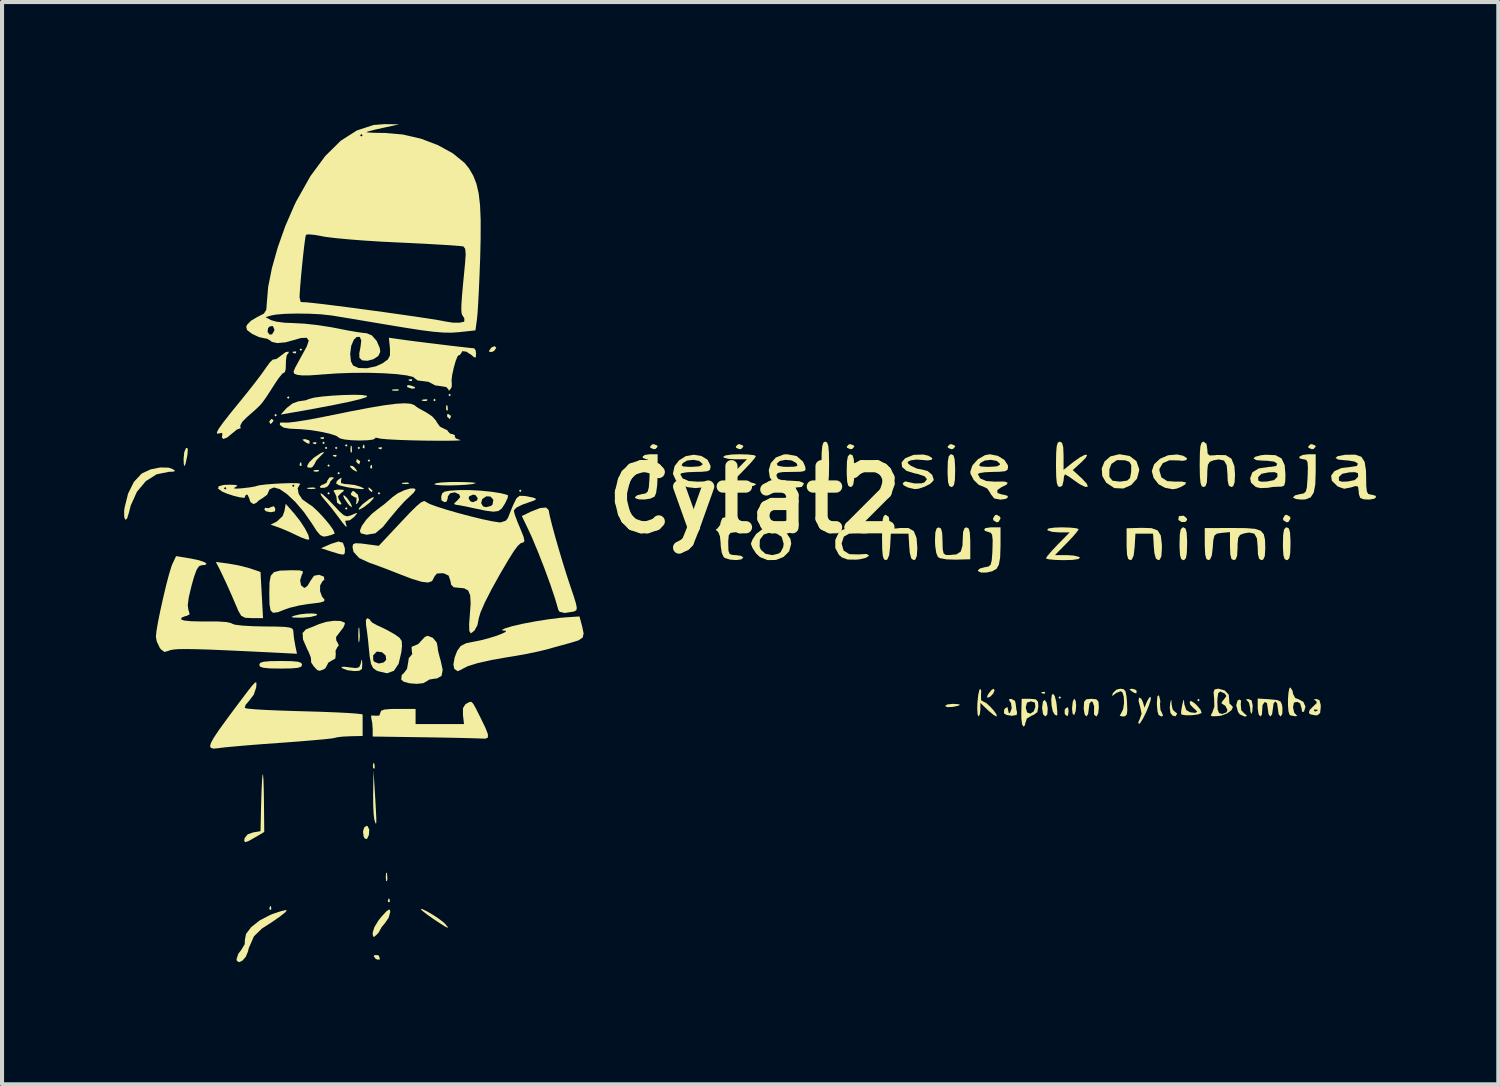
<source format=kicad_pcb>
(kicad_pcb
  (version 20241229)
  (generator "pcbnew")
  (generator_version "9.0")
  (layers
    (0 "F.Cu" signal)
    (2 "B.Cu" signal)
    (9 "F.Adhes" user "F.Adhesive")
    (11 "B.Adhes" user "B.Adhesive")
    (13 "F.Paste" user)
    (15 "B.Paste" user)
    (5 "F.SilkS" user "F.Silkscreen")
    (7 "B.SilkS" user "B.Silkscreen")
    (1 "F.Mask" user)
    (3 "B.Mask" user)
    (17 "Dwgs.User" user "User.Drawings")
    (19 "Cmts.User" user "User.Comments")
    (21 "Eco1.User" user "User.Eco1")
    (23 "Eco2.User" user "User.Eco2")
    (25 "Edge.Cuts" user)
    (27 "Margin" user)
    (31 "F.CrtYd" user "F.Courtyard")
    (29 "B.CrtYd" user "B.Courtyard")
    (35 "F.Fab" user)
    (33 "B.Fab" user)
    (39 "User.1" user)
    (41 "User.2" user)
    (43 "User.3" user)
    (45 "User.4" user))
  (footprint "Cytat2"
    (layer "F.Cu")
    (at 15.493 9.226)
    (property "Reference" "Cytat2" (at 0 0 0) (layer "F.SilkS") (effects (font (size 1.5 1.5) (thickness 0.3))))
    (attr board_only exclude_from_pos_files exclude_from_bom)
    (fp_poly (pts (xy -11.74 -2.075) (xy -11.771 -2.044) (xy -11.802 -2.075) (xy -11.771 -2.106)) (stroke (width 0) (type solid)) (fill yes) (layer "F.SilkS"))
    (fp_poly (pts (xy -11.43 -2.509) (xy -11.461 -2.478) (xy -11.492 -2.509) (xy -11.461 -2.54)) (stroke (width 0) (type solid)) (fill yes) (layer "F.SilkS"))
    (fp_poly (pts (xy -11.12 -3.686) (xy -11.151 -3.655) (xy -11.182 -3.686) (xy -11.151 -3.717)) (stroke (width 0) (type solid)) (fill yes) (layer "F.SilkS"))
    (fp_poly (pts (xy -10.563 -1.394) (xy -10.594 -1.363) (xy -10.625 -1.394) (xy -10.594 -1.425)) (stroke (width 0) (type solid)) (fill yes) (layer "F.SilkS"))
    (fp_poly (pts (xy -10.501 -1.27) (xy -10.532 -1.239) (xy -10.563 -1.27) (xy -10.532 -1.301)) (stroke (width 0) (type solid)) (fill yes) (layer "F.SilkS"))
    (fp_poly (pts (xy -10.439 -0.836) (xy -10.47 -0.805) (xy -10.501 -0.836) (xy -10.47 -0.867)) (stroke (width 0) (type solid)) (fill yes) (layer "F.SilkS"))
    (fp_poly (pts (xy -10.439 -0.155) (xy -10.47 -0.124) (xy -10.501 -0.155) (xy -10.47 -0.186)) (stroke (width 0) (type solid)) (fill yes) (layer "F.SilkS"))
    (fp_poly (pts (xy -10.253 -1.27) (xy -10.284 -1.239) (xy -10.315 -1.27) (xy -10.284 -1.301)) (stroke (width 0) (type solid)) (fill yes) (layer "F.SilkS"))
    (fp_poly (pts (xy -10.191 -0.65) (xy -10.222 -0.62) (xy -10.253 -0.65) (xy -10.222 -0.681)) (stroke (width 0) (type solid)) (fill yes) (layer "F.SilkS"))
    (fp_poly (pts (xy -10.005 -1.332) (xy -10.036 -1.301) (xy -10.067 -1.332) (xy -10.036 -1.363)) (stroke (width 0) (type solid)) (fill yes) (layer "F.SilkS"))
    (fp_poly (pts (xy -10.005 0.217) (xy -10.036 0.248) (xy -10.067 0.217) (xy -10.036 0.186)) (stroke (width 0) (type solid)) (fill yes) (layer "F.SilkS"))
    (fp_poly (pts (xy -9.695 -1.27) (xy -9.726 -1.239) (xy -9.757 -1.27) (xy -9.726 -1.301)) (stroke (width 0) (type solid)) (fill yes) (layer "F.SilkS"))
    (fp_poly (pts (xy -9.448 -0.96) (xy -9.479 -0.929) (xy -9.51 -0.96) (xy -9.479 -0.991)) (stroke (width 0) (type solid)) (fill yes) (layer "F.SilkS"))
    (fp_poly (pts (xy -9.2 -0.155) (xy -9.231 -0.124) (xy -9.262 -0.155) (xy -9.231 -0.186)) (stroke (width 0) (type solid)) (fill yes) (layer "F.SilkS"))
    (fp_poly (pts (xy -7.837 -2.447) (xy -7.868 -2.416) (xy -7.899 -2.447) (xy -7.868 -2.478)) (stroke (width 0) (type solid)) (fill yes) (layer "F.SilkS"))
    (fp_poly (pts (xy -7.465 -2.571) (xy -7.496 -2.54) (xy -7.527 -2.571) (xy -7.496 -2.602)) (stroke (width 0) (type solid)) (fill yes) (layer "F.SilkS"))
    (fp_poly (pts (xy -5.73 -0.217) (xy -5.761 -0.186) (xy -5.792 -0.217) (xy -5.761 -0.248)) (stroke (width 0) (type solid)) (fill yes) (layer "F.SilkS"))
    (fp_poly (pts (xy 7.527 4.863) (xy 7.496 4.894) (xy 7.465 4.863) (xy 7.496 4.832)) (stroke (width 0) (type solid)) (fill yes) (layer "F.SilkS"))
    (fp_poly (pts (xy 10.934 4.925) (xy 10.903 4.956) (xy 10.872 4.925) (xy 10.903 4.894)) (stroke (width 0) (type solid)) (fill yes) (layer "F.SilkS"))
    (fp_poly (pts (xy -11.884 9.995) (xy -11.877 10.068) (xy -11.884 10.077) (xy -11.921 10.069) (xy -11.926 10.036) (xy -11.903 9.985)) (stroke (width 0) (type solid)) (fill yes) (layer "F.SilkS"))
    (fp_poly (pts (xy -11.265 -3.634) (xy -11.273 -3.598) (xy -11.306 -3.593) (xy -11.357 -3.616) (xy -11.347 -3.634) (xy -11.274 -3.642)) (stroke (width 0) (type solid)) (fill yes) (layer "F.SilkS"))
    (fp_poly (pts (xy -11.141 -0.909) (xy -11.133 -0.835) (xy -11.141 -0.826) (xy -11.178 -0.835) (xy -11.182 -0.867) (xy -11.16 -0.918)) (stroke (width 0) (type solid)) (fill yes) (layer "F.SilkS"))
    (fp_poly (pts (xy -10.769 -1.404) (xy -10.778 -1.367) (xy -10.81 -1.363) (xy -10.861 -1.386) (xy -10.852 -1.404) (xy -10.778 -1.412)) (stroke (width 0) (type solid)) (fill yes) (layer "F.SilkS"))
    (fp_poly (pts (xy -10.703 -0.719) (xy -10.722 -0.691) (xy -10.785 -0.686) (xy -10.851 -0.701) (xy -10.822 -0.724) (xy -10.725 -0.731)) (stroke (width 0) (type solid)) (fill yes) (layer "F.SilkS"))
    (fp_poly (pts (xy -10.583 -1.528) (xy -10.592 -1.491) (xy -10.625 -1.487) (xy -10.676 -1.509) (xy -10.666 -1.528) (xy -10.592 -1.536)) (stroke (width 0) (type solid)) (fill yes) (layer "F.SilkS"))
    (fp_poly (pts (xy -10.274 -1.094) (xy -10.282 -1.058) (xy -10.315 -1.053) (xy -10.366 -1.076) (xy -10.356 -1.094) (xy -10.283 -1.102)) (stroke (width 0) (type solid)) (fill yes) (layer "F.SilkS"))
    (fp_poly (pts (xy -9.902 -1.316) (xy -9.894 -1.19) (xy -9.902 -1.162) (xy -9.925 -1.154) (xy -9.933 -1.239) (xy -9.924 -1.327)) (stroke (width 0) (type solid)) (fill yes) (layer "F.SilkS"))
    (fp_poly (pts (xy -9.592 -1.342) (xy -9.585 -1.269) (xy -9.592 -1.26) (xy -9.629 -1.268) (xy -9.633 -1.301) (xy -9.611 -1.352)) (stroke (width 0) (type solid)) (fill yes) (layer "F.SilkS"))
    (fp_poly (pts (xy -9.406 -0.847) (xy -9.399 -0.773) (xy -9.406 -0.764) (xy -9.443 -0.773) (xy -9.448 -0.805) (xy -9.425 -0.856)) (stroke (width 0) (type solid)) (fill yes) (layer "F.SilkS"))
    (fp_poly (pts (xy -9.343 6.493) (xy -9.336 6.59) (xy -9.348 6.612) (xy -9.376 6.594) (xy -9.381 6.531) (xy -9.366 6.465)) (stroke (width 0) (type solid)) (fill yes) (layer "F.SilkS"))
    (fp_poly (pts (xy -9.158 -1.28) (xy -9.167 -1.243) (xy -9.2 -1.239) (xy -9.251 -1.262) (xy -9.241 -1.28) (xy -9.168 -1.288)) (stroke (width 0) (type solid)) (fill yes) (layer "F.SilkS"))
    (fp_poly (pts (xy -8.973 9.809) (xy -8.965 9.882) (xy -8.973 9.892) (xy -9.009 9.883) (xy -9.014 9.85) (xy -8.991 9.799)) (stroke (width 0) (type solid)) (fill yes) (layer "F.SilkS"))
    (fp_poly (pts (xy -8.751 -2.705) (xy -8.743 -2.682) (xy -8.828 -2.674) (xy -8.916 -2.683) (xy -8.905 -2.705) (xy -8.779 -2.713)) (stroke (width 0) (type solid)) (fill yes) (layer "F.SilkS"))
    (fp_poly (pts (xy -8.503 -0.413) (xy -8.495 -0.39) (xy -8.58 -0.381) (xy -8.668 -0.391) (xy -8.658 -0.413) (xy -8.531 -0.421)) (stroke (width 0) (type solid)) (fill yes) (layer "F.SilkS"))
    (fp_poly (pts (xy -8.415 -2.953) (xy -8.424 -2.916) (xy -8.456 -2.912) (xy -8.507 -2.934) (xy -8.498 -2.953) (xy -8.424 -2.96)) (stroke (width 0) (type solid)) (fill yes) (layer "F.SilkS"))
    (fp_poly (pts (xy -8.039 -2.454) (xy -8.058 -2.425) (xy -8.121 -2.421) (xy -8.187 -2.436) (xy -8.158 -2.458) (xy -8.061 -2.466)) (stroke (width 0) (type solid)) (fill yes) (layer "F.SilkS"))
    (fp_poly (pts (xy -7.547 -2.304) (xy -7.539 -2.207) (xy -7.552 -2.185) (xy -7.58 -2.204) (xy -7.584 -2.266) (xy -7.569 -2.332)) (stroke (width 0) (type solid)) (fill yes) (layer "F.SilkS"))
    (fp_poly (pts (xy 7.135 4.729) (xy 7.126 4.766) (xy 7.093 4.77) (xy 7.042 4.748) (xy 7.052 4.729) (xy 7.126 4.722)) (stroke (width 0) (type solid)) (fill yes) (layer "F.SilkS"))
    (fp_poly (pts (xy -9.873 -0.824) (xy -9.821 -0.776) (xy -9.765 -0.696) (xy -9.802 -0.696) (xy -9.879 -0.741) (xy -9.94 -0.806) (xy -9.935 -0.834)) (stroke (width 0) (type solid)) (fill yes) (layer "F.SilkS"))
    (fp_poly (pts (xy -9.457 -0.285) (xy -9.391 -0.222) (xy -9.404 -0.186) (xy -9.413 -0.186) (xy -9.465 -0.23) (xy -9.484 -0.257) (xy -9.492 -0.3)) (stroke (width 0) (type solid)) (fill yes) (layer "F.SilkS"))
    (fp_poly (pts (xy -9.25 11.194) (xy -9.229 11.216) (xy -9.207 11.298) (xy -9.272 11.302) (xy -9.317 11.279) (xy -9.361 11.218) (xy -9.335 11.189)) (stroke (width 0) (type solid)) (fill yes) (layer "F.SilkS"))
    (fp_poly (pts (xy -8.456 -2.806) (xy -8.349 -2.765) (xy -8.35 -2.734) (xy -8.422 -2.726) (xy -8.525 -2.76) (xy -8.546 -2.782) (xy -8.526 -2.814)) (stroke (width 0) (type solid)) (fill yes) (layer "F.SilkS"))
    (fp_poly (pts (xy -11.823 -1.944) (xy -11.833 -1.92) (xy -11.888 -1.861) (xy -11.898 -1.859) (xy -11.925 -1.906) (xy -11.926 -1.92) (xy -11.878 -1.98) (xy -11.86 -1.982)) (stroke (width 0) (type solid)) (fill yes) (layer "F.SilkS"))
    (fp_poly (pts (xy -10.951 -1.457) (xy -10.934 -1.425) (xy -10.944 -1.371) (xy -10.998 -1.387) (xy -11.058 -1.425) (xy -11.115 -1.473) (xy -11.057 -1.486) (xy -11.043 -1.486)) (stroke (width 0) (type solid)) (fill yes) (layer "F.SilkS"))
    (fp_poly (pts (xy -10.794 -0.288) (xy -10.792 -0.268) (xy -10.889 -0.26) (xy -10.903 -0.26) (xy -10.999 -0.269) (xy -10.99 -0.288) (xy -10.98 -0.291) (xy -10.845 -0.3)) (stroke (width 0) (type solid)) (fill yes) (layer "F.SilkS"))
    (fp_poly (pts (xy -9.713 3.176) (xy -9.703 3.359) (xy -9.714 3.486) (xy -9.728 3.511) (xy -9.738 3.429) (xy -9.74 3.314) (xy -9.735 3.174) (xy -9.724 3.133)) (stroke (width 0) (type solid)) (fill yes) (layer "F.SilkS"))
    (fp_poly (pts (xy -9.698 -0.946) (xy -9.695 -0.929) (xy -9.717 -0.869) (xy -9.723 -0.867) (xy -9.776 -0.911) (xy -9.788 -0.929) (xy -9.783 -0.986) (xy -9.761 -0.991)) (stroke (width 0) (type solid)) (fill yes) (layer "F.SilkS"))
    (fp_poly (pts (xy -9.036 9.175) (xy -9.033 9.185) (xy -9.024 9.32) (xy -9.035 9.371) (xy -9.056 9.373) (xy -9.064 9.276) (xy -9.064 9.262) (xy -9.055 9.166)) (stroke (width 0) (type solid)) (fill yes) (layer "F.SilkS"))
    (fp_poly (pts (xy -7.468 -2.061) (xy -7.465 -2.044) (xy -7.486 -1.984) (xy -7.492 -1.982) (xy -7.545 -2.026) (xy -7.558 -2.044) (xy -7.553 -2.101) (xy -7.531 -2.106)) (stroke (width 0) (type solid)) (fill yes) (layer "F.SilkS"))
    (fp_poly (pts (xy -6.35 -3.733) (xy -6.35 -3.729) (xy -6.4 -3.657) (xy -6.448 -3.631) (xy -6.521 -3.629) (xy -6.522 -3.667) (xy -6.465 -3.741) (xy -6.39 -3.77)) (stroke (width 0) (type solid)) (fill yes) (layer "F.SilkS"))
    (fp_poly (pts (xy -2.396 -1.329) (xy -2.385 -1.301) (xy -2.435 -1.246) (xy -2.478 -1.239) (xy -2.56 -1.272) (xy -2.571 -1.301) (xy -2.521 -1.356) (xy -2.478 -1.363)) (stroke (width 0) (type solid)) (fill yes) (layer "F.SilkS"))
    (fp_poly (pts (xy -0.289 -1.329) (xy -0.279 -1.301) (xy -0.329 -1.246) (xy -0.372 -1.239) (xy -0.454 -1.272) (xy -0.465 -1.301) (xy -0.414 -1.356) (xy -0.372 -1.363)) (stroke (width 0) (type solid)) (fill yes) (layer "F.SilkS"))
    (fp_poly (pts (xy 2.437 -1.329) (xy 2.447 -1.301) (xy 2.397 -1.246) (xy 2.354 -1.239) (xy 2.272 -1.272) (xy 2.261 -1.301) (xy 2.311 -1.356) (xy 2.354 -1.363)) (stroke (width 0) (type solid)) (fill yes) (layer "F.SilkS"))
    (fp_poly (pts (xy 4.915 -1.329) (xy 4.925 -1.301) (xy 4.875 -1.246) (xy 4.832 -1.239) (xy 4.75 -1.272) (xy 4.739 -1.301) (xy 4.789 -1.356) (xy 4.832 -1.363)) (stroke (width 0) (type solid)) (fill yes) (layer "F.SilkS"))
    (fp_poly (pts (xy 6.029 0.421) (xy 6.04 0.465) (xy 5.991 0.547) (xy 5.947 0.558) (xy 5.865 0.508) (xy 5.854 0.465) (xy 5.904 0.383) (xy 5.947 0.372)) (stroke (width 0) (type solid)) (fill yes) (layer "F.SilkS"))
    (fp_poly (pts (xy 7.713 5.189) (xy 7.713 5.192) (xy 7.698 5.31) (xy 7.652 5.308) (xy 7.617 5.26) (xy 7.617 5.164) (xy 7.644 5.124) (xy 7.697 5.101)) (stroke (width 0) (type solid)) (fill yes) (layer "F.SilkS"))
    (fp_poly (pts (xy 9.369 4.676) (xy 9.386 4.708) (xy 9.376 4.762) (xy 9.322 4.746) (xy 9.262 4.708) (xy 9.205 4.66) (xy 9.263 4.647) (xy 9.277 4.647)) (stroke (width 0) (type solid)) (fill yes) (layer "F.SilkS"))
    (fp_poly (pts (xy 10.617 0.462) (xy 10.625 0.499) (xy 10.579 0.55) (xy 10.486 0.55) (xy 10.41 0.5) (xy 10.418 0.42) (xy 10.438 0.403) (xy 10.541 0.395)) (stroke (width 0) (type solid)) (fill yes) (layer "F.SilkS"))
    (fp_poly (pts (xy 13.154 0.421) (xy 13.165 0.465) (xy 13.115 0.547) (xy 13.072 0.558) (xy 12.99 0.508) (xy 12.979 0.465) (xy 13.028 0.383) (xy 13.072 0.372)) (stroke (width 0) (type solid)) (fill yes) (layer "F.SilkS"))
    (fp_poly (pts (xy 13.774 -1.329) (xy 13.784 -1.301) (xy 13.734 -1.246) (xy 13.691 -1.239) (xy 13.609 -1.272) (xy 13.598 -1.301) (xy 13.648 -1.356) (xy 13.691 -1.363)) (stroke (width 0) (type solid)) (fill yes) (layer "F.SilkS"))
    (fp_poly (pts (xy -10.077 -0.099) (xy -10.01 -0.032) (xy -9.941 0.068) (xy -9.898 0.155) (xy -9.902 0.186) (xy -9.957 0.144) (xy -9.988 0.108) (xy -10.082 -0.026) (xy -10.113 -0.101)) (stroke (width 0) (type solid)) (fill yes) (layer "F.SilkS"))
    (fp_poly (pts (xy -9.511 8.022) (xy -9.47 8.107) (xy -9.478 8.237) (xy -9.527 8.34) (xy -9.579 8.328) (xy -9.608 8.279) (xy -9.624 8.156) (xy -9.594 8.053) (xy -9.533 8.014)) (stroke (width 0) (type solid)) (fill yes) (layer "F.SilkS"))
    (fp_poly (pts (xy 5.895 4.683) (xy 5.861 4.763) (xy 5.791 4.838) (xy 5.758 4.856) (xy 5.703 4.864) (xy 5.727 4.8) (xy 5.746 4.768) (xy 5.823 4.673) (xy 5.867 4.646)) (stroke (width 0) (type solid)) (fill yes) (layer "F.SilkS"))
    (fp_poly (pts (xy 7.174 4.989) (xy 7.2 5.131) (xy 7.19 5.279) (xy 7.139 5.328) (xy 7.085 5.272) (xy 7.063 5.122) (xy 7.062 5.111) (xy 7.082 4.96) (xy 7.126 4.92)) (stroke (width 0) (type solid)) (fill yes) (layer "F.SilkS"))
    (fp_poly (pts (xy -13.929 -1.255) (xy -13.935 -1.127) (xy -13.943 -1.075) (xy -13.983 -0.886) (xy -14.011 -0.819) (xy -14.028 -0.875) (xy -14.032 -1.008) (xy -14.015 -1.167) (xy -13.974 -1.266) (xy -13.966 -1.272)) (stroke (width 0) (type solid)) (fill yes) (layer "F.SilkS"))
    (fp_poly (pts (xy -11.78 0.215) (xy -11.786 0.288) (xy -11.894 0.31) (xy -11.897 0.31) (xy -12.012 0.285) (xy -12.05 0.237) (xy -12.025 0.196) (xy -12.009 0.206) (xy -11.934 0.209) (xy -11.892 0.184) (xy -11.815 0.162)) (stroke (width 0) (type solid)) (fill yes) (layer "F.SilkS"))
    (fp_poly (pts (xy -10.117 1.06) (xy -10.071 1.188) (xy -10.068 1.255) (xy -10.074 1.325) (xy -10.112 1.351) (xy -10.21 1.335) (xy -10.396 1.278) (xy -10.408 1.274) (xy -10.656 1.194) (xy -10.414 1.088) (xy -10.227 1.029)) (stroke (width 0) (type solid)) (fill yes) (layer "F.SilkS"))
    (fp_poly (pts (xy -9.845 -0.206) (xy -9.75 -0.12) (xy -9.722 0.005) (xy -9.759 0.088) (xy -9.802 0.114) (xy -9.785 0.046) (xy -9.783 -0.045) (xy -9.833 -0.062) (xy -9.913 -0.11) (xy -9.923 -0.149) (xy -9.881 -0.21)) (stroke (width 0) (type solid)) (fill yes) (layer "F.SilkS"))
    (fp_poly (pts (xy 7.887 4.946) (xy 7.898 5.064) (xy 7.887 5.195) (xy 7.854 5.284) (xy 7.845 5.292) (xy 7.812 5.261) (xy 7.798 5.142) (xy 7.799 5.11) (xy 7.815 4.967) (xy 7.846 4.896) (xy 7.852 4.894)) (stroke (width 0) (type solid)) (fill yes) (layer "F.SilkS"))
    (fp_poly (pts (xy -9.367 -0.028) (xy -9.446 0.058) (xy -9.484 0.093) (xy -9.616 0.193) (xy -9.714 0.246) (xy -9.726 0.248) (xy -9.725 0.213) (xy -9.647 0.127) (xy -9.608 0.093) (xy -9.477 -0.008) (xy -9.379 -0.06) (xy -9.366 -0.062)) (stroke (width 0) (type solid)) (fill yes) (layer "F.SilkS"))
    (fp_poly (pts (xy -9.325 7.31) (xy -9.307 7.63) (xy -9.297 7.838) (xy -9.298 7.946) (xy -9.31 7.965) (xy -9.332 7.906) (xy -9.346 7.855) (xy -9.362 7.728) (xy -9.373 7.517) (xy -9.375 7.262) (xy -9.374 7.186) (xy -9.365 6.66)) (stroke (width 0) (type solid)) (fill yes) (layer "F.SilkS"))
    (fp_poly (pts (xy 4.994 5.025) (xy 5.049 5.042) (xy 5.049 5.042) (xy 4.995 5.067) (xy 4.866 5.093) (xy 4.863 5.093) (xy 4.734 5.098) (xy 4.677 5.071) (xy 4.677 5.069) (xy 4.731 5.033) (xy 4.861 5.018) (xy 4.863 5.018)) (stroke (width 0) (type solid)) (fill yes) (layer "F.SilkS"))
    (fp_poly (pts (xy 7.372 4.825) (xy 7.408 4.964) (xy 7.418 5.034) (xy 7.435 5.212) (xy 7.435 5.294) (xy 7.412 5.305) (xy 7.368 5.278) (xy 7.323 5.197) (xy 7.295 5.059) (xy 7.286 4.911) (xy 7.301 4.8) (xy 7.33 4.77)) (stroke (width 0) (type solid)) (fill yes) (layer "F.SilkS"))
    (fp_poly (pts (xy 10.239 4.945) (xy 10.244 5.034) (xy 10.27 5.157) (xy 10.315 5.204) (xy 10.375 5.251) (xy 10.377 5.266) (xy 10.34 5.324) (xy 10.267 5.307) (xy 10.215 5.239) (xy 10.199 5.11) (xy 10.209 5.007) (xy 10.229 4.919)) (stroke (width 0) (type solid)) (fill yes) (layer "F.SilkS"))
    (fp_poly (pts (xy 11.952 4.936) (xy 11.942 5.024) (xy 11.955 5.173) (xy 12.021 5.244) (xy 12.095 5.307) (xy 12.068 5.327) (xy 12.033 5.328) (xy 11.922 5.278) (xy 11.877 5.219) (xy 11.831 5.055) (xy 11.863 4.939) (xy 11.905 4.911)) (stroke (width 0) (type solid)) (fill yes) (layer "F.SilkS"))
    (fp_poly (pts (xy 12.208 4.931) (xy 12.235 5.054) (xy 12.235 5.08) (xy 12.226 5.211) (xy 12.205 5.266) (xy 12.204 5.266) (xy 12.181 5.213) (xy 12.173 5.116) (xy 12.145 4.989) (xy 12.096 4.935) (xy 12.074 4.908) (xy 12.127 4.899)) (stroke (width 0) (type solid)) (fill yes) (layer "F.SilkS"))
    (fp_poly (pts (xy -10.771 2.807) (xy -10.748 2.83) (xy -10.78 2.85) (xy -10.918 2.883) (xy -11.114 2.9) (xy -11.182 2.901) (xy -11.339 2.897) (xy -11.383 2.883) (xy -11.324 2.856) (xy -11.306 2.85) (xy -11.168 2.818) (xy -11.012 2.801) (xy -10.869 2.797)) (stroke (width 0) (type solid)) (fill yes) (layer "F.SilkS"))
    (fp_poly (pts (xy -10.589 -1.149) (xy -10.677 -1.061) (xy -10.775 -0.957) (xy -10.81 -0.882) (xy -10.86 -0.807) (xy -10.903 -0.783) (xy -10.983 -0.79) (xy -10.996 -0.827) (xy -10.95 -0.913) (xy -10.838 -1.023) (xy -10.813 -1.042) (xy -10.671 -1.137) (xy -10.592 -1.173)) (stroke (width 0) (type solid)) (fill yes) (layer "F.SilkS"))
    (fp_poly (pts (xy 9.937 4.824) (xy 9.967 4.952) (xy 9.959 5.025) (xy 9.97 5.169) (xy 10.005 5.235) (xy 10.034 5.312) (xy 9.985 5.328) (xy 9.923 5.287) (xy 9.897 5.203) (xy 9.883 5.047) (xy 9.882 4.992) (xy 9.893 4.84) (xy 9.922 4.806)) (stroke (width 0) (type solid)) (fill yes) (layer "F.SilkS"))
    (fp_poly (pts (xy -10.334 -0.537) (xy -10.361 -0.517) (xy -10.433 -0.437) (xy -10.439 -0.405) (xy -10.491 -0.326) (xy -10.563 -0.292) (xy -10.661 -0.288) (xy -10.687 -0.316) (xy -10.636 -0.365) (xy -10.594 -0.372) (xy -10.512 -0.421) (xy -10.501 -0.465) (xy -10.45 -0.541) (xy -10.392 -0.553)) (stroke (width 0) (type solid)) (fill yes) (layer "F.SilkS"))
    (fp_poly (pts (xy -8.164 10.062) (xy -8.051 10.117) (xy -7.904 10.203) (xy -7.756 10.301) (xy -7.64 10.39) (xy -7.609 10.42) (xy -7.542 10.5) (xy -7.545 10.521) (xy -7.627 10.478) (xy -7.796 10.368) (xy -7.883 10.31) (xy -8.052 10.192) (xy -8.169 10.1) (xy -8.209 10.059)) (stroke (width 0) (type solid)) (fill yes) (layer "F.SilkS"))
    (fp_poly (pts (xy -9.647 3.954) (xy -9.642 4.042) (xy -9.65 4.16) (xy -9.716 4.205) (xy -9.835 4.212) (xy -10.005 4.192) (xy -10.129 4.146) (xy -10.156 4.11) (xy -10.08 4.106) (xy -9.964 4.121) (xy -9.799 4.139) (xy -9.718 4.117) (xy -9.683 4.042) (xy -9.678 4.016) (xy -9.658 3.928)) (stroke (width 0) (type solid)) (fill yes) (layer "F.SilkS"))
    (fp_poly (pts (xy -7.128 -0.431) (xy -6.95 -0.423) (xy -6.859 -0.412) (xy -6.852 -0.406) (xy -6.932 -0.383) (xy -7.094 -0.365) (xy -7.303 -0.354) (xy -7.522 -0.349) (xy -7.714 -0.353) (xy -7.841 -0.366) (xy -7.872 -0.378) (xy -7.831 -0.403) (xy -7.69 -0.422) (xy -7.475 -0.433) (xy -7.366 -0.434)) (stroke (width 0) (type solid)) (fill yes) (layer "F.SilkS"))
    (fp_poly (pts (xy -11.384 3.969) (xy -11.222 3.983) (xy -11.142 4.012) (xy -11.12 4.058) (xy -11.143 4.104) (xy -11.225 4.133) (xy -11.387 4.147) (xy -11.647 4.151) (xy -11.91 4.147) (xy -12.071 4.132) (xy -12.152 4.104) (xy -12.173 4.058) (xy -12.151 4.011) (xy -12.069 3.983) (xy -11.906 3.969) (xy -11.647 3.965)) (stroke (width 0) (type solid)) (fill yes) (layer "F.SilkS"))
    (fp_poly (pts (xy -8.957 10.101) (xy -8.955 10.133) (xy -8.993 10.271) (xy -9.076 10.394) (xy -9.165 10.501) (xy -9.2 10.565) (xy -9.238 10.634) (xy -9.293 10.695) (xy -9.361 10.75) (xy -9.384 10.702) (xy -9.386 10.639) (xy -9.346 10.508) (xy -9.244 10.339) (xy -9.171 10.248) (xy -9.047 10.114) (xy -8.981 10.068)) (stroke (width 0) (type solid)) (fill yes) (layer "F.SilkS"))
    (fp_poly (pts (xy 2.406 -1.088) (xy 2.435 -0.992) (xy 2.446 -0.804) (xy 2.447 -0.712) (xy 2.441 -0.487) (xy 2.419 -0.361) (xy 2.375 -0.313) (xy 2.354 -0.31) (xy 2.302 -0.337) (xy 2.273 -0.433) (xy 2.262 -0.621) (xy 2.261 -0.712) (xy 2.267 -0.938) (xy 2.29 -1.064) (xy 2.333 -1.112) (xy 2.354 -1.115)) (stroke (width 0) (type solid)) (fill yes) (layer "F.SilkS"))
    (fp_poly (pts (xy 4.884 -1.088) (xy 4.913 -0.992) (xy 4.924 -0.804) (xy 4.925 -0.712) (xy 4.919 -0.487) (xy 4.897 -0.361) (xy 4.853 -0.313) (xy 4.832 -0.31) (xy 4.78 -0.337) (xy 4.751 -0.433) (xy 4.74 -0.621) (xy 4.739 -0.712) (xy 4.745 -0.938) (xy 4.768 -1.064) (xy 4.811 -1.112) (xy 4.832 -1.115)) (stroke (width 0) (type solid)) (fill yes) (layer "F.SilkS"))
    (fp_poly (pts (xy 10.584 0.708) (xy 10.613 0.804) (xy 10.624 0.993) (xy 10.625 1.084) (xy 10.618 1.31) (xy 10.596 1.436) (xy 10.553 1.484) (xy 10.532 1.487) (xy 10.48 1.46) (xy 10.451 1.364) (xy 10.439 1.176) (xy 10.439 1.084) (xy 10.445 0.858) (xy 10.467 0.733) (xy 10.511 0.684) (xy 10.532 0.681)) (stroke (width 0) (type solid)) (fill yes) (layer "F.SilkS"))
    (fp_poly (pts (xy 13.124 0.708) (xy 13.153 0.804) (xy 13.164 0.993) (xy 13.165 1.084) (xy 13.158 1.31) (xy 13.136 1.436) (xy 13.093 1.484) (xy 13.072 1.487) (xy 13.02 1.46) (xy 12.991 1.364) (xy 12.979 1.176) (xy 12.979 1.084) (xy 12.985 0.858) (xy 13.007 0.733) (xy 13.051 0.684) (xy 13.072 0.681)) (stroke (width 0) (type solid)) (fill yes) (layer "F.SilkS"))
    (fp_poly (pts (xy -12.928 1.572) (xy -12.686 1.615) (xy -12.45 1.674) (xy -12.38 1.696) (xy -12.142 1.778) (xy -12.111 2.345) (xy -12.08 2.912) (xy -12.347 2.912) (xy -12.519 2.903) (xy -12.616 2.854) (xy -12.686 2.736) (xy -12.71 2.679) (xy -12.842 2.37) (xy -12.982 2.057) (xy -13.107 1.791) (xy -13.147 1.71) (xy -13.239 1.531)) (stroke (width 0) (type solid)) (fill yes) (layer "F.SilkS"))
    (fp_poly (pts (xy -12.071 6.865) (xy -12.063 7.099) (xy -12.058 7.382) (xy -12.05 8.165) (xy -12.27 8.295) (xy -12.435 8.389) (xy -12.519 8.417) (xy -12.542 8.383) (xy -12.533 8.317) (xy -12.459 8.225) (xy -12.328 8.178) (xy -12.142 8.146) (xy -12.127 7.496) (xy -12.116 7.134) (xy -12.104 6.889) (xy -12.092 6.761) (xy -12.081 6.753)) (stroke (width 0) (type solid)) (fill yes) (layer "F.SilkS"))
    (fp_poly (pts (xy -11.323 0.331) (xy -11.173 0.52) (xy -11.049 0.71) (xy -10.966 0.872) (xy -10.944 0.973) (xy -10.946 0.98) (xy -11.007 0.979) (xy -11.14 0.931) (xy -11.231 0.888) (xy -11.441 0.789) (xy -11.642 0.704) (xy -11.696 0.684) (xy -11.894 0.615) (xy -11.74 0.538) (xy -11.6 0.406) (xy -11.554 0.282) (xy -11.523 0.103)) (stroke (width 0) (type solid)) (fill yes) (layer "F.SilkS"))
    (fp_poly (pts (xy -10.105 -0.242) (xy -10.095 -0.215) (xy -10.161 -0.162) (xy -10.24 -0.082) (xy -10.218 -0.003) (xy -10.197 0.024) (xy -10.152 0.106) (xy -10.183 0.124) (xy -10.257 0.08) (xy -10.262 0.062) (xy -10.276 -0.057) (xy -10.278 -0.077) (xy -10.328 -0.184) (xy -10.346 -0.2) (xy -10.338 -0.232) (xy -10.235 -0.247) (xy -10.226 -0.247)) (stroke (width 0) (type solid)) (fill yes) (layer "F.SilkS"))
    (fp_poly (pts (xy -10.156 -0.497) (xy -10.164 -0.477) (xy -10.163 -0.406) (xy -10.068 -0.383) (xy -10.026 -0.382) (xy -9.832 -0.36) (xy -9.695 -0.32) (xy -9.6 -0.275) (xy -9.616 -0.259) (xy -9.664 -0.259) (xy -9.808 -0.273) (xy -9.996 -0.302) (xy -10.021 -0.307) (xy -10.208 -0.351) (xy -10.285 -0.396) (xy -10.266 -0.455) (xy -10.222 -0.496) (xy -10.154 -0.542)) (stroke (width 0) (type solid)) (fill yes) (layer "F.SilkS"))
    (fp_poly (pts (xy 1.78 -1.403) (xy 1.808 -1.324) (xy 1.823 -1.166) (xy 1.828 -0.908) (xy 1.828 -0.867) (xy 1.824 -0.595) (xy 1.811 -0.426) (xy 1.784 -0.338) (xy 1.741 -0.31) (xy 1.735 -0.31) (xy 1.689 -0.331) (xy 1.661 -0.411) (xy 1.646 -0.569) (xy 1.642 -0.827) (xy 1.642 -0.867) (xy 1.645 -1.139) (xy 1.659 -1.309) (xy 1.685 -1.397) (xy 1.728 -1.425) (xy 1.735 -1.425)) (stroke (width 0) (type solid)) (fill yes) (layer "F.SilkS"))
    (fp_poly (pts (xy 6.395 4.944) (xy 6.412 5.013) (xy 6.43 5.163) (xy 6.447 5.222) (xy 6.436 5.291) (xy 6.322 5.312) (xy 6.322 5.312) (xy 6.188 5.291) (xy 6.125 5.253) (xy 6.129 5.163) (xy 6.157 5.124) (xy 6.212 5.098) (xy 6.226 5.171) (xy 6.245 5.246) (xy 6.272 5.241) (xy 6.315 5.129) (xy 6.298 4.997) (xy 6.257 4.942) (xy 6.251 4.904) (xy 6.304 4.895)) (stroke (width 0) (type solid)) (fill yes) (layer "F.SilkS"))
    (fp_poly (pts (xy 9.73 4.921) (xy 9.685 5.061) (xy 9.615 5.23) (xy 9.537 5.387) (xy 9.469 5.492) (xy 9.439 5.514) (xy 9.425 5.471) (xy 9.461 5.391) (xy 9.506 5.261) (xy 9.473 5.099) (xy 9.467 5.082) (xy 9.432 4.945) (xy 9.443 4.866) (xy 9.446 4.864) (xy 9.498 4.89) (xy 9.537 4.972) (xy 9.578 5.111) (xy 9.638 4.963) (xy 9.693 4.864) (xy 9.732 4.848)) (stroke (width 0) (type solid)) (fill yes) (layer "F.SilkS"))
    (fp_poly (pts (xy -14.401 -0.786) (xy -14.303 -0.752) (xy -14.241 -0.708) (xy -14.277 -0.688) (xy -14.395 -0.683) (xy -14.696 -0.622) (xy -14.962 -0.453) (xy -15.179 -0.192) (xy -15.331 0.145) (xy -15.374 0.314) (xy -15.419 0.461) (xy -15.461 0.497) (xy -15.49 0.435) (xy -15.493 0.287) (xy -15.483 0.201) (xy -15.396 -0.148) (xy -15.253 -0.436) (xy -15.068 -0.635) (xy -15.049 -0.648) (xy -14.844 -0.742) (xy -14.611 -0.79)) (stroke (width 0) (type solid)) (fill yes) (layer "F.SilkS"))
    (fp_poly (pts (xy -9.653 -2.571) (xy -9.532 -2.553) (xy -9.52 -2.548) (xy -9.545 -2.517) (xy -9.689 -2.47) (xy -9.948 -2.407) (xy -10.317 -2.331) (xy -10.793 -2.24) (xy -11.372 -2.137) (xy -11.399 -2.133) (xy -11.647 -2.09) (xy -11.497 -2.253) (xy -11.354 -2.364) (xy -11.209 -2.416) (xy -11.198 -2.416) (xy -11.032 -2.441) (xy -10.941 -2.475) (xy -10.826 -2.506) (xy -10.627 -2.533) (xy -10.377 -2.555) (xy -10.108 -2.57) (xy -9.856 -2.576)) (stroke (width 0) (type solid)) (fill yes) (layer "F.SilkS"))
    (fp_poly (pts (xy -8.332 -0.242) (xy -8.376 -0.173) (xy -8.472 -0.082) (xy -8.599 0.037) (xy -8.767 0.222) (xy -8.987 0.486) (xy -9.137 0.673) (xy -9.323 0.828) (xy -9.538 0.863) (xy -9.678 0.827) (xy -9.701 0.763) (xy -9.652 0.644) (xy -9.547 0.497) (xy -9.407 0.349) (xy -9.283 0.25) (xy -9.094 0.107) (xy -8.911 -0.051) (xy -8.902 -0.06) (xy -8.772 -0.154) (xy -8.614 -0.229) (xy -8.465 -0.273) (xy -8.36 -0.275)) (stroke (width 0) (type solid)) (fill yes) (layer "F.SilkS"))
    (fp_poly (pts (xy 5.567 4.698) (xy 5.56 4.801) (xy 5.563 4.929) (xy 5.615 4.96) (xy 5.688 4.997) (xy 5.786 5.085) (xy 5.88 5.19) (xy 5.943 5.282) (xy 5.946 5.327) (xy 5.94 5.328) (xy 5.868 5.289) (xy 5.751 5.192) (xy 5.718 5.161) (xy 5.545 4.995) (xy 5.545 5.161) (xy 5.53 5.283) (xy 5.498 5.328) (xy 5.476 5.272) (xy 5.468 5.128) (xy 5.473 4.987) (xy 5.492 4.801) (xy 5.52 4.677) (xy 5.542 4.646)) (stroke (width 0) (type solid)) (fill yes) (layer "F.SilkS"))
    (fp_poly (pts (xy 8.395 4.906) (xy 8.447 4.968) (xy 8.456 5.111) (xy 8.44 5.254) (xy 8.4 5.326) (xy 8.392 5.328) (xy 8.338 5.28) (xy 8.337 5.25) (xy 8.34 5.076) (xy 8.303 4.972) (xy 8.27 4.956) (xy 8.227 5.01) (xy 8.209 5.14) (xy 8.209 5.142) (xy 8.191 5.272) (xy 8.147 5.328) (xy 8.147 5.328) (xy 8.106 5.273) (xy 8.085 5.139) (xy 8.085 5.111) (xy 8.095 4.965) (xy 8.148 4.906) (xy 8.27 4.894)) (stroke (width 0) (type solid)) (fill yes) (layer "F.SilkS"))
    (fp_poly (pts (xy 9.067 4.659) (xy 9.113 4.716) (xy 9.137 4.847) (xy 9.148 4.987) (xy 9.155 5.183) (xy 9.14 5.286) (xy 9.094 5.324) (xy 9.048 5.328) (xy 8.968 5.313) (xy 8.999 5.256) (xy 9.002 5.253) (xy 9.053 5.149) (xy 9.075 4.997) (xy 9.069 4.844) (xy 9.035 4.734) (xy 8.995 4.708) (xy 8.884 4.749) (xy 8.837 4.786) (xy 8.783 4.827) (xy 8.796 4.766) (xy 8.8 4.755) (xy 8.888 4.669) (xy 8.984 4.646)) (stroke (width 0) (type solid)) (fill yes) (layer "F.SilkS"))
    (fp_poly (pts (xy 9.751 0.701) (xy 9.9 0.756) (xy 9.977 0.88) (xy 10.004 1.096) (xy 10.005 1.204) (xy 9.992 1.392) (xy 9.951 1.477) (xy 9.915 1.487) (xy 9.856 1.445) (xy 9.82 1.307) (xy 9.807 1.162) (xy 9.788 0.836) (xy 9.571 0.836) (xy 9.355 0.836) (xy 9.336 1.162) (xy 9.312 1.369) (xy 9.269 1.47) (xy 9.227 1.487) (xy 9.176 1.456) (xy 9.148 1.35) (xy 9.138 1.147) (xy 9.138 1.095) (xy 9.138 0.704) (xy 9.508 0.693)) (stroke (width 0) (type solid)) (fill yes) (layer "F.SilkS"))
    (fp_poly (pts (xy 13.877 4.928) (xy 13.907 5.042) (xy 13.908 5.098) (xy 13.893 5.241) (xy 13.832 5.296) (xy 13.78 5.301) (xy 13.659 5.277) (xy 13.616 5.244) (xy 13.634 5.171) (xy 13.641 5.163) (xy 13.743 5.163) (xy 13.751 5.199) (xy 13.784 5.204) (xy 13.835 5.181) (xy 13.825 5.163) (xy 13.752 5.155) (xy 13.743 5.163) (xy 13.641 5.163) (xy 13.723 5.08) (xy 13.811 4.996) (xy 13.798 4.948) (xy 13.778 4.938) (xy 13.737 4.909) (xy 13.8 4.899)) (stroke (width 0) (type solid)) (fill yes) (layer "F.SilkS"))
    (fp_poly (pts (xy -11.493 10.09) (xy -11.542 10.147) (xy -11.675 10.251) (xy -11.865 10.383) (xy -12.09 10.527) (xy -12.106 10.537) (xy -12.303 10.729) (xy -12.431 11.02) (xy -12.45 11.103) (xy -12.503 11.232) (xy -12.586 11.326) (xy -12.669 11.366) (xy -12.724 11.333) (xy -12.731 11.287) (xy -12.687 11.156) (xy -12.616 11.066) (xy -12.53 10.922) (xy -12.527 10.824) (xy -12.498 10.67) (xy -12.369 10.502) (xy -12.163 10.339) (xy -11.899 10.202) (xy -11.835 10.177) (xy -11.653 10.116) (xy -11.529 10.086)) (stroke (width 0) (type solid)) (fill yes) (layer "F.SilkS"))
    (fp_poly (pts (xy 10.555 5.026) (xy 10.604 5.171) (xy 10.699 5.225) (xy 10.829 5.24) (xy 10.872 5.207) (xy 10.811 5.144) (xy 10.794 5.134) (xy 10.704 5.042) (xy 10.687 4.981) (xy 10.713 4.943) (xy 10.8 4.996) (xy 10.854 5.044) (xy 10.951 5.156) (xy 10.98 5.236) (xy 10.975 5.246) (xy 10.89 5.278) (xy 10.746 5.297) (xy 10.596 5.299) (xy 10.494 5.283) (xy 10.478 5.271) (xy 10.479 5.191) (xy 10.504 5.049) (xy 10.504 5.049) (xy 10.535 4.927) (xy 10.548 4.921)) (stroke (width 0) (type solid)) (fill yes) (layer "F.SilkS"))
    (fp_poly (pts (xy -10.619 -0.133) (xy -10.508 -0.032) (xy -10.362 0.119) (xy -10.351 0.131) (xy -10.195 0.297) (xy -10.092 0.386) (xy -10.012 0.411) (xy -9.927 0.389) (xy -9.895 0.375) (xy -9.782 0.327) (xy -9.771 0.342) (xy -9.844 0.427) (xy -9.948 0.507) (xy -10.024 0.515) (xy -10.062 0.522) (xy -10.049 0.578) (xy -10.023 0.664) (xy -10.048 0.66) (xy -10.13 0.562) (xy -10.237 0.418) (xy -10.377 0.233) (xy -10.513 0.068) (xy -10.563 0.011) (xy -10.649 -0.095) (xy -10.672 -0.159) (xy -10.671 -0.16)) (stroke (width 0) (type solid)) (fill yes) (layer "F.SilkS"))
    (fp_poly (pts (xy -2.385 -0.632) (xy -2.395 -0.36) (xy -2.422 -0.165) (xy -2.459 -0.074) (xy -2.557 -0.027) (xy -2.701 -0.003) (xy -2.841 -0.006) (xy -2.932 -0.035) (xy -2.943 -0.058) (xy -2.889 -0.106) (xy -2.772 -0.135) (xy -2.682 -0.152) (xy -2.629 -0.197) (xy -2.602 -0.297) (xy -2.588 -0.482) (xy -2.584 -0.573) (xy -2.579 -0.8) (xy -2.591 -0.929) (xy -2.626 -0.984) (xy -2.661 -0.991) (xy -2.745 -1.024) (xy -2.757 -1.053) (xy -2.703 -1.097) (xy -2.573 -1.115) (xy -2.571 -1.115) (xy -2.385 -1.115)) (stroke (width 0) (type solid)) (fill yes) (layer "F.SilkS"))
    (fp_poly (pts (xy 13.784 -0.677) (xy 13.774 -0.373) (xy 13.736 -0.173) (xy 13.661 -0.057) (xy 13.539 -0.007) (xy 13.441 -0.000001) (xy 13.299 -0.015) (xy 13.228 -0.051) (xy 13.227 -0.058) (xy 13.28 -0.106) (xy 13.397 -0.135) (xy 13.488 -0.152) (xy 13.54 -0.197) (xy 13.567 -0.297) (xy 13.581 -0.482) (xy 13.586 -0.573) (xy 13.592 -0.795) (xy 13.583 -0.92) (xy 13.551 -0.977) (xy 13.489 -0.991) (xy 13.474 -0.991) (xy 13.386 -1.015) (xy 13.381 -1.053) (xy 13.465 -1.098) (xy 13.602 -1.115) (xy 13.784 -1.115)) (stroke (width 0) (type solid)) (fill yes) (layer "F.SilkS"))
    (fp_poly (pts (xy 6.04 1.142) (xy 6.031 1.419) (xy 6 1.597) (xy 5.943 1.699) (xy 5.943 1.699) (xy 5.836 1.76) (xy 5.693 1.792) (xy 5.561 1.792) (xy 5.487 1.756) (xy 5.483 1.739) (xy 5.536 1.691) (xy 5.653 1.661) (xy 5.744 1.644) (xy 5.796 1.6) (xy 5.823 1.5) (xy 5.838 1.314) (xy 5.842 1.224) (xy 5.847 0.995) (xy 5.833 0.865) (xy 5.797 0.811) (xy 5.768 0.805) (xy 5.661 0.769) (xy 5.638 0.743) (xy 5.664 0.701) (xy 5.79 0.682) (xy 5.82 0.681) (xy 6.04 0.681)) (stroke (width 0) (type solid)) (fill yes) (layer "F.SilkS"))
    (fp_poly (pts (xy 13.217 4.703) (xy 13.227 4.77) (xy 13.28 4.874) (xy 13.365 4.905) (xy 13.482 4.97) (xy 13.533 5.087) (xy 13.498 5.204) (xy 13.491 5.213) (xy 13.448 5.212) (xy 13.438 5.13) (xy 13.4 5.006) (xy 13.335 4.969) (xy 13.251 4.986) (xy 13.227 5.098) (xy 13.227 5.101) (xy 13.254 5.23) (xy 13.304 5.287) (xy 13.333 5.315) (xy 13.283 5.323) (xy 13.172 5.304) (xy 13.144 5.287) (xy 13.116 5.206) (xy 13.103 5.061) (xy 13.103 4.891) (xy 13.116 4.735) (xy 13.139 4.633) (xy 13.165 4.615)) (stroke (width 0) (type solid)) (fill yes) (layer "F.SilkS"))
    (fp_poly (pts (xy -5.062 0.257) (xy -5.062 0.263) (xy -5.035 0.4) (xy -4.979 0.627) (xy -4.9 0.918) (xy -4.806 1.244) (xy -4.705 1.58) (xy -4.606 1.896) (xy -4.543 2.087) (xy -4.449 2.365) (xy -4.393 2.547) (xy -4.371 2.657) (xy -4.381 2.714) (xy -4.421 2.741) (xy -4.456 2.752) (xy -4.667 2.785) (xy -4.795 2.755) (xy -4.824 2.71) (xy -4.905 2.431) (xy -5.024 2.077) (xy -5.168 1.683) (xy -5.323 1.288) (xy -5.474 0.927) (xy -5.575 0.708) (xy -5.722 0.403) (xy -5.498 0.295) (xy -5.274 0.207) (xy -5.125 0.194)) (stroke (width 0) (type solid)) (fill yes) (layer "F.SilkS"))
    (fp_poly (pts (xy -0.167 -1.109) (xy -0.022 -1.093) (xy 0.031 -1.071) (xy -0.009 -1.007) (xy -0.115 -0.884) (xy -0.261 -0.73) (xy -0.553 -0.434) (xy -0.261 -0.434) (xy -0.09 -0.422) (xy 0.015 -0.392) (xy 0.031 -0.372) (xy -0.026 -0.339) (xy -0.177 -0.317) (xy -0.372 -0.31) (xy -0.577 -0.316) (xy -0.722 -0.332) (xy -0.774 -0.354) (xy -0.734 -0.418) (xy -0.628 -0.541) (xy -0.482 -0.695) (xy -0.191 -0.991) (xy -0.482 -0.991) (xy -0.653 -1.003) (xy -0.758 -1.033) (xy -0.774 -1.053) (xy -0.717 -1.086) (xy -0.567 -1.108) (xy -0.372 -1.115)) (stroke (width 0) (type solid)) (fill yes) (layer "F.SilkS"))
    (fp_poly (pts (xy 6.905 4.906) (xy 6.96 4.965) (xy 6.97 5.079) (xy 6.945 5.222) (xy 6.85 5.292) (xy 6.815 5.302) (xy 6.688 5.377) (xy 6.66 5.458) (xy 6.634 5.555) (xy 6.601 5.576) (xy 6.57 5.52) (xy 6.552 5.375) (xy 6.551 5.235) (xy 6.554 5.116) (xy 6.66 5.116) (xy 6.695 5.23) (xy 6.774 5.258) (xy 6.856 5.202) (xy 6.896 5.095) (xy 6.884 4.986) (xy 6.789 4.956) (xy 6.788 4.956) (xy 6.689 4.989) (xy 6.66 5.108) (xy 6.66 5.116) (xy 6.554 5.116) (xy 6.56 4.894) (xy 6.765 4.894)) (stroke (width 0) (type solid)) (fill yes) (layer "F.SilkS"))
    (fp_poly (pts (xy 2.599 0.704) (xy 2.743 0.737) (xy 2.802 0.784) (xy 2.774 0.828) (xy 2.643 0.831) (xy 2.575 0.823) (xy 2.337 0.826) (xy 2.19 0.91) (xy 2.137 1.073) (xy 2.137 1.084) (xy 2.185 1.252) (xy 2.327 1.34) (xy 2.56 1.347) (xy 2.575 1.345) (xy 2.743 1.335) (xy 2.804 1.365) (xy 2.802 1.384) (xy 2.731 1.43) (xy 2.58 1.466) (xy 2.492 1.475) (xy 2.286 1.472) (xy 2.148 1.423) (xy 2.072 1.36) (xy 1.981 1.191) (xy 1.98 0.991) (xy 2.064 0.812) (xy 2.123 0.756) (xy 2.244 0.711) (xy 2.418 0.695)) (stroke (width 0) (type solid)) (fill yes) (layer "F.SilkS"))
    (fp_poly (pts (xy 5.257 0.709) (xy 5.286 0.807) (xy 5.296 0.998) (xy 5.297 1.073) (xy 5.297 1.465) (xy 4.936 1.475) (xy 4.716 1.468) (xy 4.555 1.439) (xy 4.503 1.411) (xy 4.461 1.311) (xy 4.435 1.135) (xy 4.43 1.01) (xy 4.438 0.809) (xy 4.47 0.707) (xy 4.522 0.681) (xy 4.578 0.712) (xy 4.607 0.819) (xy 4.615 1.022) (xy 4.62 1.217) (xy 4.641 1.319) (xy 4.693 1.358) (xy 4.765 1.363) (xy 4.958 1.345) (xy 5.063 1.276) (xy 5.106 1.127) (xy 5.111 0.985) (xy 5.121 0.792) (xy 5.157 0.699) (xy 5.204 0.681)) (stroke (width 0) (type solid)) (fill yes) (layer "F.SilkS"))
    (fp_poly (pts (xy 7.761 0.688) (xy 7.907 0.704) (xy 7.961 0.726) (xy 7.92 0.789) (xy 7.815 0.913) (xy 7.669 1.067) (xy 7.377 1.363) (xy 7.665 1.363) (xy 7.844 1.375) (xy 7.967 1.406) (xy 7.992 1.425) (xy 7.957 1.459) (xy 7.809 1.481) (xy 7.593 1.487) (xy 7.378 1.481) (xy 7.222 1.466) (xy 7.156 1.445) (xy 7.155 1.442) (xy 7.196 1.379) (xy 7.302 1.256) (xy 7.447 1.102) (xy 7.739 0.805) (xy 7.482 0.805) (xy 7.313 0.792) (xy 7.202 0.757) (xy 7.186 0.743) (xy 7.22 0.708) (xy 7.366 0.687) (xy 7.554 0.681)) (stroke (width 0) (type solid)) (fill yes) (layer "F.SilkS"))
    (fp_poly (pts (xy 10.527 -1.078) (xy 10.621 -1.019) (xy 10.608 -0.971) (xy 10.508 -0.953) (xy 10.414 -0.963) (xy 10.19 -0.967) (xy 10.027 -0.896) (xy 9.947 -0.762) (xy 9.943 -0.718) (xy 9.992 -0.548) (xy 10.135 -0.456) (xy 10.339 -0.442) (xy 10.496 -0.444) (xy 10.593 -0.422) (xy 10.599 -0.418) (xy 10.578 -0.374) (xy 10.484 -0.317) (xy 10.366 -0.27) (xy 10.269 -0.255) (xy 10.264 -0.256) (xy 10.175 -0.274) (xy 10.083 -0.291) (xy 9.925 -0.376) (xy 9.803 -0.532) (xy 9.757 -0.698) (xy 9.813 -0.867) (xy 9.958 -1.004) (xy 10.158 -1.09) (xy 10.38 -1.11)) (stroke (width 0) (type solid)) (fill yes) (layer "F.SilkS"))
    (fp_poly (pts (xy -7.909 3.395) (xy -7.814 3.508) (xy -7.794 3.599) (xy -7.781 3.709) (xy -7.738 3.88) (xy -7.718 3.945) (xy -7.666 4.182) (xy -7.694 4.33) (xy -7.806 4.394) (xy -7.862 4.399) (xy -7.994 4.421) (xy -8.054 4.46) (xy -8.145 4.51) (xy -8.303 4.526) (xy -8.479 4.513) (xy -8.623 4.474) (xy -8.685 4.422) (xy -8.672 4.309) (xy -8.621 4.264) (xy -8.543 4.16) (xy -8.518 4.024) (xy -8.499 3.895) (xy -8.452 3.841) (xy -8.414 3.793) (xy -8.425 3.717) (xy -8.43 3.616) (xy -8.368 3.593) (xy -8.262 3.545) (xy -8.194 3.469) (xy -8.102 3.372) (xy -8.034 3.345)) (stroke (width 0) (type solid)) (fill yes) (layer "F.SilkS"))
    (fp_poly (pts (xy 3.295 0.427) (xy 3.314 0.552) (xy 3.322 0.664) (xy 3.367 0.71) (xy 3.485 0.708) (xy 3.572 0.697) (xy 3.778 0.697) (xy 3.909 0.774) (xy 3.977 0.94) (xy 3.996 1.189) (xy 3.984 1.382) (xy 3.946 1.473) (xy 3.906 1.487) (xy 3.847 1.445) (xy 3.811 1.307) (xy 3.798 1.162) (xy 3.779 0.836) (xy 3.562 0.836) (xy 3.345 0.836) (xy 3.327 1.162) (xy 3.303 1.369) (xy 3.259 1.47) (xy 3.218 1.487) (xy 3.174 1.463) (xy 3.147 1.376) (xy 3.133 1.207) (xy 3.129 0.936) (xy 3.129 0.929) (xy 3.132 0.657) (xy 3.145 0.488) (xy 3.172 0.4) (xy 3.215 0.372) (xy 3.221 0.372)) (stroke (width 0) (type solid)) (fill yes) (layer "F.SilkS"))
    (fp_poly (pts (xy 9.215 -1.071) (xy 9.378 -0.947) (xy 9.446 -0.753) (xy 9.448 -0.719) (xy 9.393 -0.515) (xy 9.251 -0.358) (xy 9.058 -0.273) (xy 8.848 -0.283) (xy 8.828 -0.29) (xy 8.638 -0.414) (xy 8.552 -0.561) (xy 8.714 -0.561) (xy 8.792 -0.465) (xy 8.963 -0.443) (xy 8.998 -0.445) (xy 9.152 -0.468) (xy 9.221 -0.528) (xy 9.247 -0.664) (xy 9.25 -0.695) (xy 9.252 -0.85) (xy 9.207 -0.927) (xy 9.101 -0.967) (xy 8.902 -0.971) (xy 8.765 -0.878) (xy 8.715 -0.748) (xy 8.714 -0.561) (xy 8.552 -0.561) (xy 8.54 -0.582) (xy 8.527 -0.767) (xy 8.596 -0.937) (xy 8.741 -1.063) (xy 8.956 -1.115) (xy 8.969 -1.115)) (stroke (width 0) (type solid)) (fill yes) (layer "F.SilkS"))
    (fp_poly (pts (xy 12.654 4.906) (xy 12.832 4.923) (xy 12.921 4.961) (xy 12.957 5.043) (xy 12.967 5.126) (xy 12.963 5.265) (xy 12.925 5.327) (xy 12.921 5.328) (xy 12.875 5.274) (xy 12.855 5.144) (xy 12.855 5.142) (xy 12.837 5.011) (xy 12.794 4.956) (xy 12.793 4.956) (xy 12.749 5.01) (xy 12.731 5.14) (xy 12.731 5.142) (xy 12.713 5.272) (xy 12.67 5.328) (xy 12.669 5.328) (xy 12.626 5.274) (xy 12.607 5.143) (xy 12.607 5.137) (xy 12.586 4.998) (xy 12.53 4.973) (xy 12.478 5.047) (xy 12.47 5.164) (xy 12.462 5.284) (xy 12.424 5.328) (xy 12.381 5.273) (xy 12.36 5.139) (xy 12.359 5.108) (xy 12.359 4.887)) (stroke (width 0) (type solid)) (fill yes) (layer "F.SilkS"))
    (fp_poly (pts (xy 0.601 0.708) (xy 0.771 0.808) (xy 0.878 0.965) (xy 0.898 1.084) (xy 0.846 1.272) (xy 0.71 1.408) (xy 0.523 1.482) (xy 0.318 1.486) (xy 0.129 1.411) (xy 0.035 1.324) (xy -0.053 1.19) (xy -0.067 1.154) (xy 0.121 1.154) (xy 0.151 1.231) (xy 0.265 1.331) (xy 0.431 1.364) (xy 0.591 1.324) (xy 0.638 1.289) (xy 0.7 1.168) (xy 0.712 1.084) (xy 0.663 0.914) (xy 0.519 0.821) (xy 0.389 0.805) (xy 0.224 0.856) (xy 0.127 0.985) (xy 0.121 1.154) (xy -0.067 1.154) (xy -0.093 1.088) (xy -0.093 1.084) (xy -0.057 0.986) (xy 0.029 0.853) (xy 0.035 0.845) (xy 0.2 0.717) (xy 0.399 0.675)) (stroke (width 0) (type solid)) (fill yes) (layer "F.SilkS"))
    (fp_poly (pts (xy 7.552 -1.395) (xy 7.581 -1.288) (xy 7.589 -1.083) (xy 7.589 -1.079) (xy 7.589 -0.733) (xy 7.83 -0.924) (xy 8.001 -1.045) (xy 8.118 -1.103) (xy 8.168 -1.098) (xy 8.137 -1.032) (xy 8.027 -0.919) (xy 7.815 -0.726) (xy 8.042 -0.518) (xy 8.162 -0.388) (xy 8.185 -0.318) (xy 8.124 -0.312) (xy 7.994 -0.374) (xy 7.862 -0.465) (xy 7.728 -0.561) (xy 7.637 -0.615) (xy 7.624 -0.62) (xy 7.598 -0.566) (xy 7.589 -0.465) (xy 7.557 -0.34) (xy 7.496 -0.31) (xy 7.451 -0.331) (xy 7.423 -0.411) (xy 7.408 -0.569) (xy 7.403 -0.827) (xy 7.403 -0.867) (xy 7.407 -1.139) (xy 7.42 -1.309) (xy 7.446 -1.397) (xy 7.489 -1.425) (xy 7.496 -1.425)) (stroke (width 0) (type solid)) (fill yes) (layer "F.SilkS"))
    (fp_poly (pts (xy -10.179 2.982) (xy -10.08 3.018) (xy -10.067 3.047) (xy -10.106 3.141) (xy -10.2 3.262) (xy -10.286 3.377) (xy -10.281 3.462) (xy -10.259 3.493) (xy -10.218 3.581) (xy -10.255 3.626) (xy -10.299 3.713) (xy -10.293 3.793) (xy -10.304 3.905) (xy -10.381 3.948) (xy -10.479 4.008) (xy -10.501 4.058) (xy -10.551 4.146) (xy -10.599 4.175) (xy -10.69 4.206) (xy -10.748 4.188) (xy -10.831 4.1) (xy -10.832 4.099) (xy -10.898 4.001) (xy -10.9 3.951) (xy -10.905 3.881) (xy -10.959 3.744) (xy -10.993 3.678) (xy -11.097 3.438) (xy -11.108 3.276) (xy -11.027 3.188) (xy -11.012 3.182) (xy -10.88 3.132) (xy -10.712 3.062) (xy -10.708 3.06) (xy -10.53 3.004) (xy -10.341 2.977)) (stroke (width 0) (type solid)) (fill yes) (layer "F.SilkS"))
    (fp_poly (pts (xy 11.101 -1.37) (xy 11.12 -1.245) (xy 11.129 -1.129) (xy 11.178 -1.085) (xy 11.305 -1.09) (xy 11.357 -1.097) (xy 11.574 -1.093) (xy 11.714 -1.006) (xy 11.786 -0.825) (xy 11.802 -0.615) (xy 11.791 -0.422) (xy 11.756 -0.328) (xy 11.709 -0.31) (xy 11.651 -0.343) (xy 11.622 -0.457) (xy 11.616 -0.621) (xy 11.598 -0.843) (xy 11.532 -0.96) (xy 11.405 -0.988) (xy 11.275 -0.966) (xy 11.182 -0.929) (xy 11.136 -0.856) (xy 11.121 -0.712) (xy 11.12 -0.618) (xy 11.11 -0.424) (xy 11.076 -0.329) (xy 11.027 -0.31) (xy 10.982 -0.331) (xy 10.954 -0.411) (xy 10.939 -0.569) (xy 10.934 -0.827) (xy 10.934 -0.867) (xy 10.938 -1.139) (xy 10.951 -1.309) (xy 10.978 -1.397) (xy 11.021 -1.425) (xy 11.027 -1.425)) (stroke (width 0) (type solid)) (fill yes) (layer "F.SilkS"))
    (fp_poly (pts (xy -0.668 0.485) (xy -0.65 0.558) (xy -0.622 0.648) (xy -0.515 0.68) (xy -0.461 0.681) (xy -0.337 0.698) (xy -0.309 0.741) (xy -0.31 0.743) (xy -0.395 0.791) (xy -0.499 0.805) (xy -0.593 0.817) (xy -0.637 0.876) (xy -0.65 1.014) (xy -0.65 1.084) (xy -0.645 1.256) (xy -0.614 1.337) (xy -0.535 1.361) (xy -0.465 1.363) (xy -0.334 1.381) (xy -0.279 1.424) (xy -0.279 1.425) (xy -0.331 1.469) (xy -0.455 1.485) (xy -0.604 1.474) (xy -0.728 1.436) (xy -0.762 1.412) (xy -0.809 1.307) (xy -0.835 1.135) (xy -0.836 1.077) (xy -0.854 0.901) (xy -0.898 0.792) (xy -0.914 0.78) (xy -0.959 0.739) (xy -0.914 0.707) (xy -0.849 0.622) (xy -0.836 0.552) (xy -0.796 0.455) (xy -0.743 0.434)) (stroke (width 0) (type solid)) (fill yes) (layer "F.SilkS"))
    (fp_poly (pts (xy -9.45 2.951) (xy -9.448 2.966) (xy -9.396 3.023) (xy -9.27 3.092) (xy -9.246 3.102) (xy -9.049 3.195) (xy -8.85 3.307) (xy -8.844 3.311) (xy -8.726 3.394) (xy -8.672 3.477) (xy -8.666 3.603) (xy -8.682 3.748) (xy -8.749 4.034) (xy -8.865 4.206) (xy -9.032 4.267) (xy -9.252 4.216) (xy -9.303 4.193) (xy -9.378 4.136) (xy -9.426 4.037) (xy -9.458 3.865) (xy -9.463 3.825) (xy -9.375 3.825) (xy -9.373 3.943) (xy -9.344 3.986) (xy -9.235 4.027) (xy -9.113 3.999) (xy -9.055 3.938) (xy -9.067 3.83) (xy -9.157 3.749) (xy -9.276 3.734) (xy -9.292 3.739) (xy -9.375 3.825) (xy -9.463 3.825) (xy -9.477 3.689) (xy -9.501 3.442) (xy -9.528 3.222) (xy -9.549 3.082) (xy -9.553 2.954) (xy -9.514 2.912)) (stroke (width 0) (type solid)) (fill yes) (layer "F.SilkS"))
    (fp_poly (pts (xy -6.92 5.009) (xy -6.858 5.117) (xy -6.76 5.311) (xy -6.729 5.373) (xy -6.613 5.613) (xy -6.555 5.764) (xy -6.555 5.844) (xy -6.613 5.873) (xy -6.706 5.871) (xy -6.819 5.866) (xy -7.034 5.86) (xy -7.329 5.853) (xy -7.682 5.846) (xy -8.071 5.84) (xy -8.131 5.839) (xy -9.386 5.821) (xy -9.386 5.641) (xy -9.398 5.476) (xy -9.421 5.368) (xy -9.422 5.303) (xy -9.331 5.308) (xy -9.329 5.309) (xy -9.224 5.307) (xy -9.2 5.242) (xy -9.179 5.188) (xy -9.101 5.158) (xy -8.941 5.144) (xy -8.766 5.142) (xy -8.332 5.142) (xy -8.332 5.328) (xy -8.332 5.514) (xy -7.737 5.514) (xy -7.142 5.514) (xy -7.168 5.293) (xy -7.168 5.125) (xy -7.111 5.031) (xy -7.076 5.009) (xy -7.011 4.974) (xy -6.965 4.967)) (stroke (width 0) (type solid)) (fill yes) (layer "F.SilkS"))
    (fp_poly (pts (xy -11.178 1.739) (xy -11.104 1.76) (xy -11.106 1.809) (xy -11.129 1.85) (xy -11.169 1.983) (xy -11.146 2.105) (xy -11.07 2.167) (xy -11.057 2.168) (xy -10.987 2.117) (xy -10.916 1.998) (xy -10.829 1.871) (xy -10.708 1.847) (xy -10.702 1.847) (xy -10.585 1.892) (xy -10.573 1.964) (xy -10.625 2.013) (xy -10.677 2.108) (xy -10.679 2.251) (xy -10.631 2.381) (xy -10.613 2.403) (xy -10.567 2.461) (xy -10.584 2.5) (xy -10.682 2.529) (xy -10.88 2.555) (xy -10.949 2.562) (xy -11.194 2.601) (xy -11.427 2.658) (xy -11.53 2.694) (xy -11.716 2.766) (xy -11.833 2.781) (xy -11.895 2.723) (xy -11.921 2.575) (xy -11.926 2.32) (xy -11.926 2.299) (xy -11.921 2.036) (xy -11.891 1.871) (xy -11.812 1.782) (xy -11.66 1.744) (xy -11.413 1.736) (xy -11.352 1.735)) (stroke (width 0) (type solid)) (fill yes) (layer "F.SilkS"))
    (fp_poly (pts (xy 4.27 -1.078) (xy 4.363 -1.021) (xy 4.348 -0.978) (xy 4.243 -0.963) (xy 4.153 -0.972) (xy 3.975 -0.984) (xy 3.834 -0.965) (xy 3.828 -0.963) (xy 3.754 -0.925) (xy 3.778 -0.878) (xy 3.837 -0.832) (xy 3.992 -0.76) (xy 4.096 -0.743) (xy 4.247 -0.704) (xy 4.36 -0.61) (xy 4.398 -0.495) (xy 4.391 -0.467) (xy 4.313 -0.388) (xy 4.172 -0.316) (xy 4.167 -0.314) (xy 4.026 -0.268) (xy 3.932 -0.259) (xy 3.813 -0.286) (xy 3.76 -0.3) (xy 3.658 -0.353) (xy 3.636 -0.403) (xy 3.697 -0.448) (xy 3.713 -0.445) (xy 3.923 -0.399) (xy 4.101 -0.4) (xy 4.174 -0.425) (xy 4.232 -0.503) (xy 4.175 -0.573) (xy 4.008 -0.63) (xy 3.937 -0.643) (xy 3.734 -0.705) (xy 3.621 -0.801) (xy 3.609 -0.914) (xy 3.7 -1.019) (xy 3.906 -1.1) (xy 4.147 -1.108)) (stroke (width 0) (type solid)) (fill yes) (layer "F.SilkS"))
    (fp_poly (pts (xy -4.239 3.116) (xy -4.203 3.287) (xy -4.227 3.391) (xy -4.331 3.459) (xy -4.522 3.518) (xy -4.73 3.575) (xy -4.982 3.644) (xy -5.111 3.681) (xy -5.327 3.733) (xy -5.617 3.793) (xy -5.932 3.849) (xy -6.071 3.871) (xy -6.472 3.941) (xy -6.803 4.016) (xy -7.047 4.091) (xy -7.187 4.162) (xy -7.196 4.17) (xy -7.299 4.216) (xy -7.38 4.158) (xy -7.403 4.055) (xy -7.374 3.884) (xy -7.311 3.718) (xy -7.225 3.598) (xy -7.096 3.53) (xy -6.927 3.495) (xy -6.744 3.459) (xy -6.546 3.408) (xy -6.358 3.35) (xy -6.207 3.293) (xy -6.117 3.248) (xy -6.114 3.222) (xy -6.133 3.22) (xy -6.213 3.211) (xy -6.184 3.185) (xy -6.117 3.157) (xy -5.949 3.107) (xy -5.695 3.049) (xy -5.393 2.992) (xy -5.08 2.942) (xy -4.793 2.906) (xy -4.661 2.894) (xy -4.305 2.87)) (stroke (width 0) (type solid)) (fill yes) (layer "F.SilkS"))
    (fp_poly (pts (xy 11.549 4.688) (xy 11.647 4.791) (xy 11.659 4.916) (xy 11.657 4.92) (xy 11.666 5.013) (xy 11.697 5.037) (xy 11.751 5.095) (xy 11.714 5.174) (xy 11.61 5.252) (xy 11.463 5.307) (xy 11.397 5.317) (xy 11.249 5.324) (xy 11.203 5.303) (xy 11.236 5.244) (xy 11.241 5.239) (xy 11.294 5.088) (xy 11.291 4.987) (xy 11.368 4.987) (xy 11.376 5.161) (xy 11.41 5.244) (xy 11.483 5.266) (xy 11.492 5.266) (xy 11.594 5.226) (xy 11.616 5.171) (xy 11.566 5.067) (xy 11.525 5.041) (xy 11.466 5.002) (xy 11.503 4.937) (xy 11.529 4.91) (xy 11.59 4.826) (xy 11.552 4.768) (xy 11.543 4.762) (xy 11.443 4.716) (xy 11.39 4.752) (xy 11.37 4.885) (xy 11.368 4.987) (xy 11.291 4.987) (xy 11.289 4.894) (xy 11.275 4.735) (xy 11.299 4.664) (xy 11.377 4.647) (xy 11.397 4.646)) (stroke (width 0) (type solid)) (fill yes) (layer "F.SilkS"))
    (fp_poly (pts (xy -1.307 -1.071) (xy -1.159 -0.98) (xy -1.087 -0.838) (xy -1.084 -0.802) (xy -1.099 -0.734) (xy -1.161 -0.698) (xy -1.299 -0.684) (xy -1.456 -0.681) (xy -1.652 -0.673) (xy -1.787 -0.652) (xy -1.828 -0.627) (xy -1.772 -0.523) (xy -1.62 -0.457) (xy -1.399 -0.441) (xy -1.364 -0.443) (xy -1.198 -0.448) (xy -1.098 -0.434) (xy -1.084 -0.422) (xy -1.139 -0.348) (xy -1.276 -0.301) (xy -1.458 -0.284) (xy -1.644 -0.305) (xy -1.741 -0.336) (xy -1.933 -0.468) (xy -2.01 -0.635) (xy -1.968 -0.823) (xy -1.952 -0.844) (xy -1.797 -0.844) (xy -1.757 -0.815) (xy -1.623 -0.806) (xy -1.551 -0.805) (xy -1.364 -0.817) (xy -1.286 -0.854) (xy -1.285 -0.883) (xy -1.364 -0.951) (xy -1.506 -0.978) (xy -1.658 -0.961) (xy -1.763 -0.901) (xy -1.797 -0.844) (xy -1.952 -0.844) (xy -1.861 -0.963) (xy -1.692 -1.069) (xy -1.496 -1.103)) (stroke (width 0) (type solid)) (fill yes) (layer "F.SilkS"))
    (fp_poly (pts (xy 12.069 0.7) (xy 12.293 0.718) (xy 12.433 0.764) (xy 12.508 0.85) (xy 12.539 0.988) (xy 12.545 1.192) (xy 12.545 1.204) (xy 12.533 1.389) (xy 12.493 1.474) (xy 12.452 1.487) (xy 12.394 1.454) (xy 12.365 1.34) (xy 12.359 1.175) (xy 12.341 0.954) (xy 12.276 0.837) (xy 12.148 0.808) (xy 12.018 0.831) (xy 11.926 0.867) (xy 11.88 0.94) (xy 11.865 1.085) (xy 11.864 1.178) (xy 11.854 1.373) (xy 11.819 1.467) (xy 11.771 1.487) (xy 11.715 1.457) (xy 11.686 1.35) (xy 11.678 1.144) (xy 11.678 1.142) (xy 11.678 0.798) (xy 11.476 0.817) (xy 11.359 0.835) (xy 11.297 0.882) (xy 11.269 0.991) (xy 11.256 1.162) (xy 11.233 1.369) (xy 11.189 1.47) (xy 11.148 1.487) (xy 11.097 1.457) (xy 11.069 1.351) (xy 11.059 1.149) (xy 11.058 1.093) (xy 11.058 0.699) (xy 11.742 0.697)) (stroke (width 0) (type solid)) (fill yes) (layer "F.SilkS"))
    (fp_poly (pts (xy 12.797 -1.092) (xy 12.946 -1.012) (xy 13.022 -0.846) (xy 13.041 -0.616) (xy 13.035 -0.434) (xy 13.009 -0.345) (xy 12.948 -0.319) (xy 12.901 -0.319) (xy 12.727 -0.311) (xy 12.607 -0.29) (xy 12.429 -0.283) (xy 12.313 -0.31) (xy 12.196 -0.415) (xy 12.173 -0.526) (xy 12.178 -0.538) (xy 12.37 -0.538) (xy 12.374 -0.466) (xy 12.445 -0.44) (xy 12.586 -0.445) (xy 12.761 -0.48) (xy 12.838 -0.556) (xy 12.844 -0.577) (xy 12.84 -0.649) (xy 12.769 -0.675) (xy 12.628 -0.67) (xy 12.453 -0.635) (xy 12.376 -0.56) (xy 12.37 -0.538) (xy 12.178 -0.538) (xy 12.229 -0.673) (xy 12.39 -0.768) (xy 12.646 -0.805) (xy 12.678 -0.805) (xy 12.814 -0.827) (xy 12.838 -0.883) (xy 12.76 -0.934) (xy 12.582 -0.956) (xy 12.522 -0.956) (xy 12.333 -0.969) (xy 12.257 -1.006) (xy 12.292 -1.051) (xy 12.435 -1.09) (xy 12.558 -1.103)) (stroke (width 0) (type solid)) (fill yes) (layer "F.SilkS"))
    (fp_poly (pts (xy 1.032 -1.07) (xy 1.187 -0.933) (xy 1.237 -0.821) (xy 1.252 -0.744) (xy 1.223 -0.703) (xy 1.125 -0.685) (xy 0.931 -0.681) (xy 0.898 -0.681) (xy 0.688 -0.677) (xy 0.576 -0.658) (xy 0.537 -0.618) (xy 0.539 -0.573) (xy 0.577 -0.507) (xy 0.679 -0.474) (xy 0.873 -0.465) (xy 0.884 -0.465) (xy 1.102 -0.451) (xy 1.201 -0.409) (xy 1.208 -0.387) (xy 1.159 -0.315) (xy 1.131 -0.309) (xy 1.007 -0.297) (xy 0.929 -0.284) (xy 0.761 -0.279) (xy 0.681 -0.291) (xy 0.484 -0.39) (xy 0.373 -0.543) (xy 0.345 -0.722) (xy 0.391 -0.883) (xy 0.542 -0.883) (xy 0.568 -0.832) (xy 0.7 -0.808) (xy 0.808 -0.805) (xy 0.979 -0.81) (xy 1.049 -0.831) (xy 1.038 -0.878) (xy 1.02 -0.901) (xy 0.91 -0.963) (xy 0.758 -0.978) (xy 0.617 -0.95) (xy 0.542 -0.883) (xy 0.391 -0.883) (xy 0.395 -0.896) (xy 0.519 -1.035) (xy 0.714 -1.11) (xy 0.794 -1.115)) (stroke (width 0) (type solid)) (fill yes) (layer "F.SilkS"))
    (fp_poly (pts (xy -12.242 4.526) (xy -12.247 4.6) (xy -12.248 4.615) (xy -12.308 4.792) (xy -12.418 4.938) (xy -12.509 5.043) (xy -12.528 5.116) (xy -12.524 5.121) (xy -12.452 5.136) (xy -12.273 5.152) (xy -12.007 5.168) (xy -11.671 5.182) (xy -11.283 5.195) (xy -11.055 5.201) (xy -10.65 5.213) (xy -10.29 5.227) (xy -9.992 5.242) (xy -9.774 5.258) (xy -9.652 5.273) (xy -9.633 5.281) (xy -9.633 5.369) (xy -9.633 5.526) (xy -9.633 5.568) (xy -9.633 5.807) (xy -9.947 5.814) (xy -10.138 5.824) (xy -10.276 5.842) (xy -10.313 5.853) (xy -10.388 5.867) (xy -10.567 5.887) (xy -10.832 5.911) (xy -11.165 5.939) (xy -11.546 5.968) (xy -11.687 5.978) (xy -12.089 6.007) (xy -12.456 6.036) (xy -12.768 6.063) (xy -13.005 6.085) (xy -13.145 6.102) (xy -13.165 6.106) (xy -13.298 6.118) (xy -13.365 6.098) (xy -13.381 6.052) (xy -13.358 5.973) (xy -13.287 5.845) (xy -13.16 5.655) (xy -12.968 5.391) (xy -12.83 5.204) (xy -12.606 4.905) (xy -12.446 4.694) (xy -12.34 4.561) (xy -12.278 4.496) (xy -12.248 4.488)) (stroke (width 0) (type solid)) (fill yes) (layer "F.SilkS"))
    (fp_poly (pts (xy -11.451 -3.635) (xy -11.452 -3.595) (xy -11.466 -3.593) (xy -11.501 -3.538) (xy -11.518 -3.401) (xy -11.518 -3.348) (xy -11.524 -3.201) (xy -11.544 -3.129) (xy -11.553 -3.128) (xy -11.606 -3.095) (xy -11.697 -2.984) (xy -11.759 -2.893) (xy -11.908 -2.661) (xy -12.008 -2.509) (xy -12.076 -2.412) (xy -12.13 -2.346) (xy -12.175 -2.297) (xy -12.283 -2.195) (xy -12.434 -2.063) (xy -12.473 -2.03) (xy -12.59 -1.912) (xy -12.641 -1.818) (xy -12.637 -1.796) (xy -12.632 -1.747) (xy -12.649 -1.749) (xy -12.724 -1.721) (xy -12.834 -1.631) (xy -12.839 -1.626) (xy -12.966 -1.523) (xy -13.058 -1.49) (xy -13.093 -1.53) (xy -13.081 -1.577) (xy -13.084 -1.639) (xy -13.137 -1.632) (xy -13.203 -1.618) (xy -13.215 -1.653) (xy -13.165 -1.747) (xy -13.049 -1.909) (xy -12.86 -2.149) (xy -12.692 -2.355) (xy -12.479 -2.618) (xy -12.281 -2.869) (xy -12.119 -3.083) (xy -12.014 -3.231) (xy -12.006 -3.243) (xy -11.909 -3.376) (xy -11.837 -3.443) (xy -11.817 -3.444) (xy -11.752 -3.455) (xy -11.645 -3.533) (xy -11.636 -3.541) (xy -11.526 -3.623) (xy -11.454 -3.637)) (stroke (width 0) (type solid)) (fill yes) (layer "F.SilkS"))
    (fp_poly (pts (xy 5.973 -1.076) (xy 6.133 -0.978) (xy 6.22 -0.846) (xy 6.226 -0.802) (xy 6.212 -0.734) (xy 6.149 -0.698) (xy 6.011 -0.684) (xy 5.854 -0.681) (xy 5.658 -0.673) (xy 5.524 -0.652) (xy 5.483 -0.627) (xy 5.539 -0.523) (xy 5.69 -0.457) (xy 5.911 -0.441) (xy 5.946 -0.443) (xy 6.135 -0.445) (xy 6.217 -0.417) (xy 6.187 -0.366) (xy 6.067 -0.308) (xy 5.96 -0.235) (xy 5.966 -0.163) (xy 6.079 -0.125) (xy 6.106 -0.124) (xy 6.205 -0.097) (xy 6.226 -0.062) (xy 6.172 -0.019) (xy 6.042 -0.000012) (xy 6.039 -0.000001) (xy 5.885 -0.029) (xy 5.8 -0.137) (xy 5.792 -0.155) (xy 5.717 -0.27) (xy 5.639 -0.31) (xy 5.507 -0.361) (xy 5.382 -0.484) (xy 5.304 -0.631) (xy 5.297 -0.684) (xy 5.35 -0.843) (xy 5.351 -0.844) (xy 5.514 -0.844) (xy 5.553 -0.815) (xy 5.687 -0.806) (xy 5.759 -0.805) (xy 5.947 -0.817) (xy 6.024 -0.854) (xy 6.025 -0.883) (xy 5.946 -0.951) (xy 5.804 -0.978) (xy 5.652 -0.961) (xy 5.547 -0.901) (xy 5.514 -0.844) (xy 5.351 -0.844) (xy 5.484 -0.991) (xy 5.657 -1.092) (xy 5.776 -1.115)) (stroke (width 0) (type solid)) (fill yes) (layer "F.SilkS"))
    (fp_poly (pts (xy 14.906 -1.053) (xy 14.987 -0.928) (xy 15.02 -0.712) (xy 15.023 -0.555) (xy 15.027 -0.328) (xy 15.042 -0.198) (xy 15.076 -0.139) (xy 15.138 -0.124) (xy 15.147 -0.124) (xy 15.248 -0.098) (xy 15.271 -0.062) (xy 15.219 -0.021) (xy 15.1 -0.001) (xy 14.968 -0.007) (xy 14.879 -0.041) (xy 14.879 -0.041) (xy 14.846 -0.13) (xy 14.837 -0.224) (xy 14.826 -0.317) (xy 14.768 -0.335) (xy 14.65 -0.3) (xy 14.483 -0.267) (xy 14.339 -0.317) (xy 14.31 -0.336) (xy 14.18 -0.464) (xy 14.17 -0.538) (xy 14.352 -0.538) (xy 14.357 -0.466) (xy 14.428 -0.44) (xy 14.568 -0.445) (xy 14.743 -0.48) (xy 14.821 -0.556) (xy 14.827 -0.577) (xy 14.822 -0.649) (xy 14.751 -0.675) (xy 14.611 -0.67) (xy 14.436 -0.635) (xy 14.358 -0.56) (xy 14.352 -0.538) (xy 14.17 -0.538) (xy 14.163 -0.59) (xy 14.245 -0.7) (xy 14.416 -0.777) (xy 14.661 -0.805) (xy 14.796 -0.827) (xy 14.822 -0.883) (xy 14.746 -0.934) (xy 14.584 -0.962) (xy 14.522 -0.965) (xy 14.337 -0.984) (xy 14.27 -1.023) (xy 14.322 -1.067) (xy 14.492 -1.1) (xy 14.524 -1.103) (xy 14.757 -1.105)) (stroke (width 0) (type solid)) (fill yes) (layer "F.SilkS"))
    (fp_poly (pts (xy -6.995 -0.235) (xy -6.732 -0.22) (xy -6.472 -0.194) (xy -6.251 -0.16) (xy -6.101 -0.123) (xy -6.059 -0.102) (xy -6.071 -0.039) (xy -6.131 0.087) (xy -6.147 0.115) (xy -6.217 0.221) (xy -6.299 0.28) (xy -6.418 0.296) (xy -6.603 0.273) (xy -6.877 0.216) (xy -7.09 0.17) (xy -7.262 0.137) (xy -7.341 0.126) (xy -7.39 0.106) (xy -7.37 0.084) (xy -6.721 0.084) (xy -6.676 0.165) (xy -6.601 0.186) (xy -6.482 0.156) (xy -6.441 0.121) (xy -6.421 0.002) (xy -6.492 -0.076) (xy -6.594 -0.081) (xy -6.694 -0.014) (xy -6.721 0.084) (xy -7.37 0.084) (xy -7.336 0.046) (xy -7.314 0.029) (xy -7.261 -0.031) (xy -7.031 -0.031) (xy -6.98 0.046) (xy -6.918 0.062) (xy -6.823 0.02) (xy -6.804 -0.031) (xy -6.855 -0.108) (xy -6.918 -0.124) (xy -7.013 -0.082) (xy -7.031 -0.031) (xy -7.261 -0.031) (xy -7.235 -0.061) (xy -7.261 -0.13) (xy -7.369 -0.179) (xy -7.479 -0.158) (xy -7.54 -0.08) (xy -7.54 -0.044) (xy -7.568 0.046) (xy -7.622 0.062) (xy -7.697 0.018) (xy -7.702 -0.077) (xy -7.681 -0.15) (xy -7.626 -0.194) (xy -7.51 -0.218) (xy -7.304 -0.232) (xy -7.231 -0.235)) (stroke (width 0) (type solid)) (fill yes) (layer "F.SilkS"))
    (fp_poly (pts (xy -8.454 -2.356) (xy -8.362 -2.322) (xy -8.332 -2.297) (xy -8.262 -2.248) (xy -8.124 -2.172) (xy -8.075 -2.146) (xy -7.922 -2.044) (xy -7.826 -1.935) (xy -7.816 -1.909) (xy -7.735 -1.795) (xy -7.656 -1.754) (xy -7.553 -1.705) (xy -7.527 -1.665) (xy -7.477 -1.617) (xy -7.43 -1.611) (xy -7.365 -1.583) (xy -7.37 -1.553) (xy -7.344 -1.503) (xy -7.234 -1.465) (xy -7.235 -1.457) (xy -7.345 -1.45) (xy -7.546 -1.447) (xy -7.823 -1.447) (xy -8.119 -1.45) (xy -8.472 -1.458) (xy -8.784 -1.469) (xy -9.033 -1.483) (xy -9.196 -1.498) (xy -9.25 -1.511) (xy -9.316 -1.524) (xy -9.324 -1.506) (xy -9.38 -1.475) (xy -9.521 -1.458) (xy -9.711 -1.453) (xy -9.911 -1.46) (xy -10.086 -1.479) (xy -10.196 -1.507) (xy -10.216 -1.524) (xy -10.288 -1.571) (xy -10.451 -1.622) (xy -10.672 -1.67) (xy -10.917 -1.709) (xy -11.153 -1.731) (xy -11.26 -1.735) (xy -11.438 -1.745) (xy -11.572 -1.77) (xy -11.58 -1.772) (xy -11.667 -1.835) (xy -11.663 -1.89) (xy -11.576 -1.896) (xy -11.563 -1.892) (xy -11.464 -1.892) (xy -11.269 -1.915) (xy -11.001 -1.957) (xy -10.685 -2.016) (xy -10.525 -2.048) (xy -9.944 -2.166) (xy -9.471 -2.256) (xy -9.097 -2.319) (xy -8.81 -2.356) (xy -8.599 -2.367)) (stroke (width 0) (type solid)) (fill yes) (layer "F.SilkS"))
    (fp_poly (pts (xy -13.845 1.449) (xy -13.647 1.492) (xy -13.515 1.538) (xy -13.465 1.58) (xy -13.511 1.606) (xy -13.588 1.611) (xy -13.653 1.636) (xy -13.713 1.726) (xy -13.776 1.9) (xy -13.836 2.111) (xy -13.905 2.401) (xy -13.93 2.596) (xy -13.913 2.715) (xy -13.908 2.726) (xy -13.882 2.817) (xy -13.955 2.856) (xy -13.986 2.861) (xy -14.081 2.899) (xy -14.094 2.943) (xy -14.02 2.97) (xy -13.846 2.988) (xy -13.597 2.994) (xy -13.476 2.993) (xy -13.19 2.994) (xy -12.979 3.008) (xy -12.863 3.034) (xy -12.849 3.045) (xy -12.772 3.073) (xy -12.591 3.095) (xy -12.327 3.11) (xy -12.073 3.116) (xy -11.761 3.119) (xy -11.552 3.127) (xy -11.426 3.143) (xy -11.362 3.169) (xy -11.338 3.211) (xy -11.335 3.249) (xy -11.32 3.4) (xy -11.289 3.582) (xy -11.246 3.787) (xy -11.911 3.753) (xy -12.529 3.723) (xy -13.034 3.7) (xy -13.439 3.683) (xy -13.755 3.674) (xy -13.994 3.671) (xy -14.167 3.674) (xy -14.286 3.684) (xy -14.363 3.699) (xy -14.395 3.713) (xy -14.502 3.743) (xy -14.588 3.68) (xy -14.617 3.642) (xy -14.691 3.485) (xy -14.713 3.368) (xy -14.698 3.224) (xy -14.658 2.992) (xy -14.599 2.705) (xy -14.53 2.395) (xy -14.458 2.092) (xy -14.389 1.831) (xy -14.331 1.641) (xy -14.307 1.58) (xy -14.216 1.388)) (stroke (width 0) (type solid)) (fill yes) (layer "F.SilkS"))
    (fp_poly (pts (xy -11.24 -0.403) (xy -11.168 -0.392) (xy -11.17 -0.383) (xy -11.229 -0.281) (xy -11.205 -0.142) (xy -11.113 -0.004) (xy -10.972 0.095) (xy -10.868 0.165) (xy -10.731 0.292) (xy -10.585 0.448) (xy -10.452 0.607) (xy -10.356 0.742) (xy -10.321 0.826) (xy -10.325 0.837) (xy -10.394 0.865) (xy -10.505 0.897) (xy -10.597 0.908) (xy -10.675 0.871) (xy -10.763 0.768) (xy -10.886 0.577) (xy -11.076 0.304) (xy -11.283 0.061) (xy -11.488 -0.133) (xy -11.671 -0.259) (xy -11.811 -0.298) (xy -11.818 -0.297) (xy -11.92 -0.253) (xy -11.942 -0.202) (xy -11.979 -0.12) (xy -12.066 -0.055) (xy -12.188 0.024) (xy -12.244 0.079) (xy -12.315 0.11) (xy -12.39 0.059) (xy -12.421 -0.035) (xy -12.458 -0.115) (xy -12.487 -0.124) (xy -12.525 -0.087) (xy -12.517 -0.067) (xy -12.544 -0.045) (xy -12.652 -0.057) (xy -12.807 -0.095) (xy -12.974 -0.15) (xy -13.085 -0.198) (xy -13.185 -0.272) (xy -13.183 -0.279) (xy -13.041 -0.279) (xy -13.01 -0.248) (xy -12.979 -0.279) (xy -13.01 -0.31) (xy -13.041 -0.279) (xy -13.183 -0.279) (xy -13.169 -0.329) (xy -13.044 -0.362) (xy -12.898 -0.367) (xy -12.747 -0.36) (xy -12.708 -0.341) (xy -12.762 -0.307) (xy -12.8 -0.277) (xy -12.725 -0.27) (xy -12.587 -0.28) (xy -12.404 -0.301) (xy -12.276 -0.324) (xy -12.246 -0.333) (xy -12.216 -0.341) (xy -11.368 -0.341) (xy -11.337 -0.31) (xy -11.306 -0.341) (xy -11.337 -0.372) (xy -11.368 -0.341) (xy -12.216 -0.341) (xy -12.163 -0.354) (xy -12.005 -0.373) (xy -11.803 -0.389) (xy -11.588 -0.4) (xy -11.39 -0.405)) (stroke (width 0) (type solid)) (fill yes) (layer "F.SilkS"))
    (fp_poly (pts (xy -5.652 -0.09) (xy -5.607 -0.083) (xy -5.431 -0.047) (xy -5.369 -0.016) (xy -5.412 0.019) (xy -5.458 0.035) (xy -5.707 0.123) (xy -5.853 0.194) (xy -5.912 0.257) (xy -5.916 0.279) (xy -5.893 0.374) (xy -5.831 0.541) (xy -5.762 0.705) (xy -5.681 0.905) (xy -5.657 1.016) (xy -5.686 1.053) (xy -5.693 1.053) (xy -5.751 1.072) (xy -5.823 1.138) (xy -5.918 1.266) (xy -6.047 1.471) (xy -6.222 1.768) (xy -6.261 1.835) (xy -6.47 2.212) (xy -6.631 2.528) (xy -6.737 2.772) (xy -6.783 2.928) (xy -6.784 2.946) (xy -6.814 3.088) (xy -6.885 3.217) (xy -6.967 3.282) (xy -6.978 3.283) (xy -7.012 3.227) (xy -7.016 3.055) (xy -7.001 2.855) (xy -6.979 2.552) (xy -6.99 2.351) (xy -7.04 2.233) (xy -7.137 2.179) (xy -7.248 2.168) (xy -7.394 2.154) (xy -7.458 2.091) (xy -7.476 1.998) (xy -7.52 1.867) (xy -7.634 1.813) (xy -7.671 1.808) (xy -7.809 1.816) (xy -7.874 1.897) (xy -7.88 1.916) (xy -7.928 2.002) (xy -8.025 2.037) (xy -8.187 2.018) (xy -8.429 1.944) (xy -8.712 1.836) (xy -8.977 1.732) (xy -9.228 1.637) (xy -9.421 1.567) (xy -9.464 1.553) (xy -9.719 1.435) (xy -9.856 1.285) (xy -9.881 1.171) (xy -9.87 1.101) (xy -9.815 1.072) (xy -9.686 1.076) (xy -9.558 1.092) (xy -9.236 1.135) (xy -8.69 0.552) (xy -8.462 0.311) (xy -8.301 0.153) (xy -8.193 0.064) (xy -8.123 0.035) (xy -8.077 0.053) (xy -8.068 0.062) (xy -7.984 0.108) (xy -7.806 0.173) (xy -7.562 0.25) (xy -7.277 0.332) (xy -6.98 0.411) (xy -6.697 0.48) (xy -6.455 0.531) (xy -6.282 0.558) (xy -6.24 0.56) (xy -6.113 0.516) (xy -6.062 0.449) (xy -6.013 0.323) (xy -5.941 0.149) (xy -5.924 0.11) (xy -5.851 -0.036) (xy -5.775 -0.094)) (stroke (width 0) (type solid)) (fill yes) (layer "F.SilkS"))
    (fp_poly (pts (xy -8.735 -9.221) (xy -9.13 -9.135) (xy -9.335 -9.089) (xy -9.485 -9.05) (xy -9.545 -9.03) (xy -9.498 -9.021) (xy -9.355 -9.013) (xy -9.145 -9.01) (xy -9.088 -9.009) (xy -8.644 -8.971) (xy -8.199 -8.868) (xy -7.781 -8.709) (xy -7.416 -8.508) (xy -7.131 -8.276) (xy -7.017 -8.135) (xy -6.914 -7.958) (xy -6.837 -7.761) (xy -6.782 -7.525) (xy -6.748 -7.233) (xy -6.733 -6.868) (xy -6.734 -6.412) (xy -6.745 -5.937) (xy -6.76 -5.54) (xy -6.776 -5.167) (xy -6.793 -4.843) (xy -6.809 -4.593) (xy -6.823 -4.441) (xy -6.823 -4.439) (xy -6.861 -4.159) (xy -7.272 -4.114) (xy -7.45 -4.102) (xy -7.65 -4.105) (xy -7.893 -4.125) (xy -8.2 -4.164) (xy -8.594 -4.225) (xy -8.89 -4.274) (xy -9.285 -4.34) (xy -9.66 -4.403) (xy -9.988 -4.458) (xy -10.245 -4.5) (xy -10.406 -4.526) (xy -10.408 -4.526) (xy -10.65 -4.553) (xy -10.945 -4.568) (xy -11.255 -4.572) (xy -11.542 -4.565) (xy -11.768 -4.546) (xy -11.864 -4.528) (xy -12.019 -4.484) (xy -11.883 -4.41) (xy -11.753 -4.373) (xy -11.546 -4.346) (xy -11.317 -4.337) (xy -11.055 -4.323) (xy -10.73 -4.287) (xy -10.398 -4.235) (xy -10.284 -4.213) (xy -10.01 -4.159) (xy -9.767 -4.117) (xy -9.592 -4.093) (xy -9.535 -4.089) (xy -9.406 -4.035) (xy -9.288 -3.9) (xy -9.212 -3.726) (xy -9.2 -3.629) (xy -9.249 -3.527) (xy -9.369 -3.45) (xy -9.516 -3.411) (xy -9.646 -3.422) (xy -9.712 -3.485) (xy -9.715 -3.596) (xy -9.686 -3.746) (xy -9.666 -3.907) (xy -9.702 -3.998) (xy -9.778 -3.997) (xy -9.848 -3.931) (xy -9.914 -3.777) (xy -9.939 -3.582) (xy -9.92 -3.399) (xy -9.869 -3.296) (xy -9.731 -3.234) (xy -9.529 -3.228) (xy -9.308 -3.275) (xy -9.147 -3.348) (xy -9.014 -3.443) (xy -8.961 -3.543) (xy -8.961 -3.702) (xy -8.963 -3.727) (xy -8.987 -3.978) (xy -8.706 -3.938) (xy -8.54 -3.915) (xy -8.301 -3.884) (xy -8.018 -3.849) (xy -7.718 -3.812) (xy -7.429 -3.777) (xy -7.177 -3.748) (xy -6.99 -3.727) (xy -6.896 -3.718) (xy -6.892 -3.718) (xy -6.855 -3.665) (xy -6.846 -3.584) (xy -6.854 -3.492) (xy -6.9 -3.502) (xy -6.959 -3.553) (xy -7.087 -3.637) (xy -7.183 -3.648) (xy -7.217 -3.59) (xy -7.25 -3.548) (xy -7.266 -3.554) (xy -7.303 -3.517) (xy -7.35 -3.397) (xy -7.396 -3.232) (xy -7.433 -3.061) (xy -7.449 -2.923) (xy -7.442 -2.862) (xy -7.444 -2.774) (xy -7.468 -2.723) (xy -7.516 -2.674) (xy -7.526 -2.71) (xy -7.581 -2.767) (xy -7.709 -2.788) (xy -7.852 -2.807) (xy -7.93 -2.85) (xy -8.014 -2.894) (xy -8.15 -2.912) (xy -8.279 -2.927) (xy -8.332 -2.964) (xy -8.391 -3.013) (xy -8.554 -3.053) (xy -8.802 -3.084) (xy -9.117 -3.105) (xy -9.478 -3.116) (xy -9.867 -3.115) (xy -10.264 -3.101) (xy -10.65 -3.074) (xy -10.703 -3.069) (xy -10.936 -3.053) (xy -11.133 -3.053) (xy -11.244 -3.067) (xy -11.315 -3.096) (xy -11.331 -3.144) (xy -11.289 -3.245) (xy -11.228 -3.357) (xy -11.123 -3.549) (xy -11.028 -3.721) (xy -11.006 -3.762) (xy -10.957 -3.906) (xy -11.006 -3.977) (xy -11.151 -3.971) (xy -11.276 -3.934) (xy -11.522 -3.866) (xy -11.729 -3.846) (xy -11.865 -3.876) (xy -11.895 -3.903) (xy -11.982 -3.955) (xy -12.052 -3.965) (xy -12.186 -3.996) (xy -12.346 -4.072) (xy -12.352 -4.075) (xy -12.413 -4.121) (xy -11.969 -4.121) (xy -11.92 -4.056) (xy -11.859 -4.06) (xy -11.806 -4.147) (xy -11.802 -4.185) (xy -11.84 -4.266) (xy -11.918 -4.255) (xy -11.957 -4.213) (xy -11.969 -4.121) (xy -12.413 -4.121) (xy -12.471 -4.164) (xy -12.494 -4.244) (xy -12.471 -4.298) (xy -12.374 -4.397) (xy -12.218 -4.489) (xy -12.198 -4.498) (xy -12.059 -4.571) (xy -12 -4.665) (xy -11.988 -4.829) (xy -11.976 -4.965) (xy -11.182 -4.965) (xy -11.156 -4.857) (xy -11.099 -4.851) (xy -11.025 -4.849) (xy -10.846 -4.831) (xy -10.584 -4.801) (xy -10.257 -4.76) (xy -9.884 -4.712) (xy -9.485 -4.658) (xy -9.079 -4.603) (xy -8.684 -4.547) (xy -8.321 -4.495) (xy -8.009 -4.448) (xy -7.766 -4.409) (xy -7.613 -4.38) (xy -7.589 -4.375) (xy -7.421 -4.349) (xy -7.255 -4.347) (xy -7.146 -4.37) (xy -7.135 -4.377) (xy -7.134 -4.452) (xy -7.164 -4.502) (xy -7.188 -4.538) (xy -7.203 -4.59) (xy -7.209 -4.676) (xy -7.205 -4.812) (xy -7.191 -5.016) (xy -7.165 -5.304) (xy -7.127 -5.695) (xy -7.116 -5.807) (xy -7.101 -6.033) (xy -7.113 -6.162) (xy -7.154 -6.218) (xy -7.163 -6.222) (xy -7.247 -6.232) (xy -7.436 -6.247) (xy -7.713 -6.264) (xy -8.058 -6.284) (xy -8.455 -6.304) (xy -8.735 -6.317) (xy -9.178 -6.339) (xy -9.602 -6.366) (xy -9.985 -6.396) (xy -10.303 -6.426) (xy -10.533 -6.454) (xy -10.61 -6.468) (xy -10.814 -6.505) (xy -10.964 -6.518) (xy -11.026 -6.507) (xy -11.042 -6.431) (xy -11.065 -6.262) (xy -11.092 -6.028) (xy -11.12 -5.76) (xy -11.146 -5.487) (xy -11.167 -5.239) (xy -11.18 -5.046) (xy -11.182 -4.965) (xy -11.976 -4.965) (xy -11.955 -5.222) (xy -11.862 -5.689) (xy -11.718 -6.2) (xy -11.532 -6.724) (xy -11.311 -7.233) (xy -11.26 -7.337) (xy -10.916 -7.948) (xy -10.552 -8.442) (xy -10.172 -8.817) (xy -9.961 -8.952) (xy -9.695 -8.952) (xy -9.664 -8.921) (xy -9.633 -8.952) (xy -9.664 -8.983) (xy -9.695 -8.952) (xy -9.961 -8.952) (xy -9.774 -9.071) (xy -9.363 -9.205) (xy -9.094 -9.226)) (stroke (width 0) (type solid)) (fill yes) (layer "F.SilkS")))
  (gr_rect
    (start -3 -3)
    (end 33.764 23.592)
    (stroke (width 0.1) (type default))
    (fill no)
    (layer "Edge.Cuts")))
</source>
